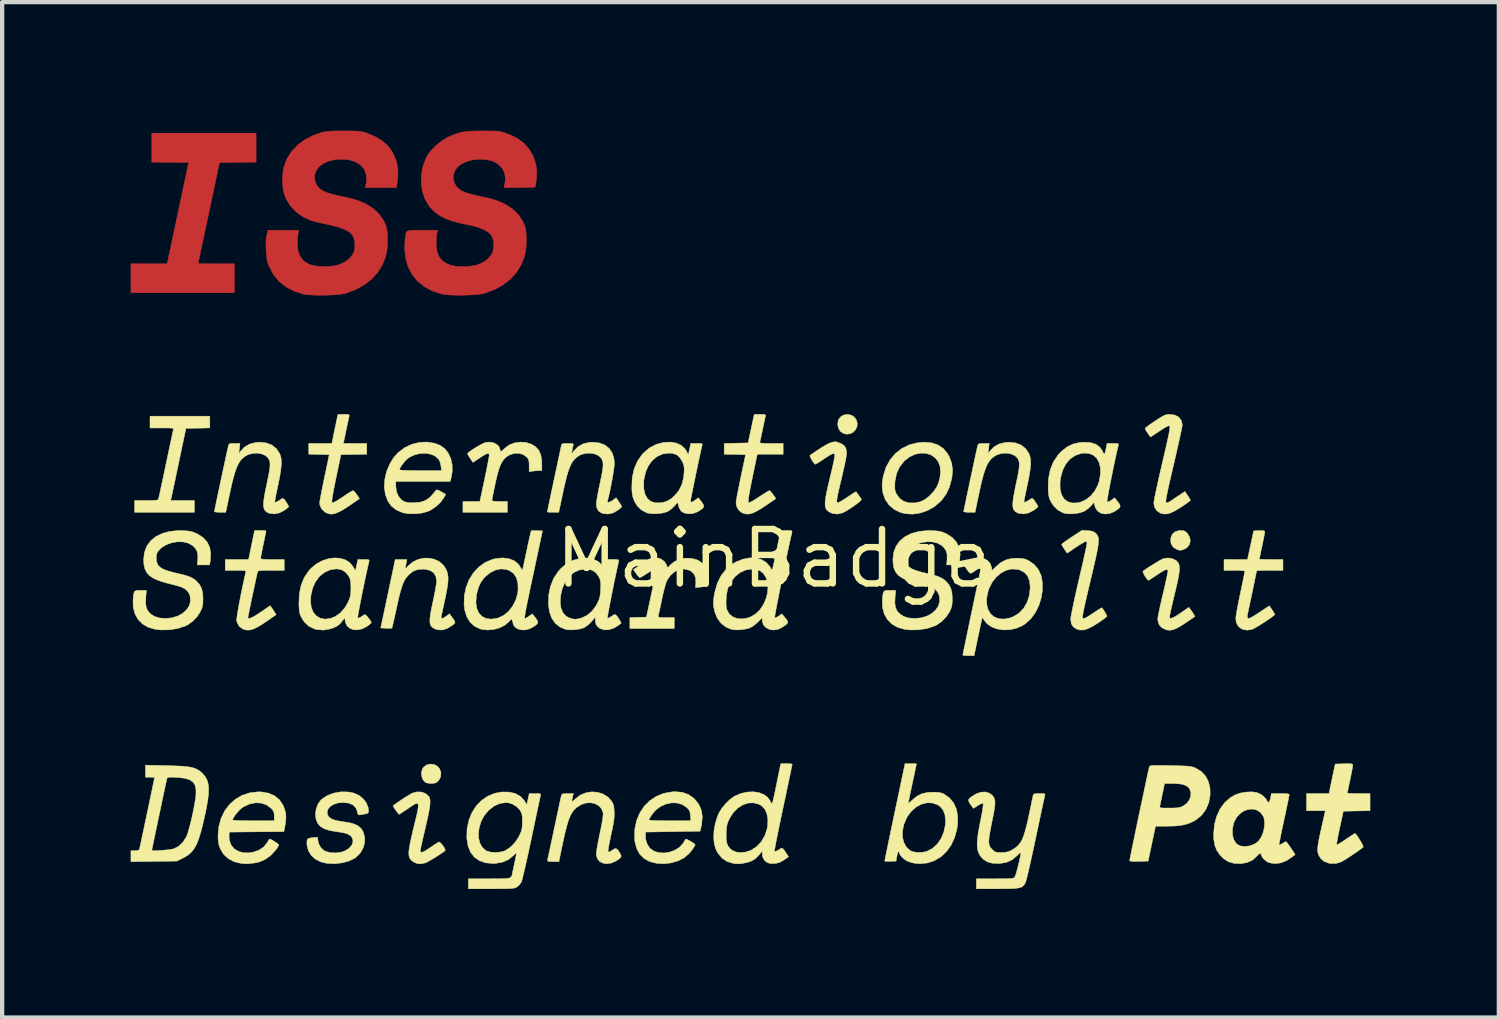
<source format=kicad_pcb>
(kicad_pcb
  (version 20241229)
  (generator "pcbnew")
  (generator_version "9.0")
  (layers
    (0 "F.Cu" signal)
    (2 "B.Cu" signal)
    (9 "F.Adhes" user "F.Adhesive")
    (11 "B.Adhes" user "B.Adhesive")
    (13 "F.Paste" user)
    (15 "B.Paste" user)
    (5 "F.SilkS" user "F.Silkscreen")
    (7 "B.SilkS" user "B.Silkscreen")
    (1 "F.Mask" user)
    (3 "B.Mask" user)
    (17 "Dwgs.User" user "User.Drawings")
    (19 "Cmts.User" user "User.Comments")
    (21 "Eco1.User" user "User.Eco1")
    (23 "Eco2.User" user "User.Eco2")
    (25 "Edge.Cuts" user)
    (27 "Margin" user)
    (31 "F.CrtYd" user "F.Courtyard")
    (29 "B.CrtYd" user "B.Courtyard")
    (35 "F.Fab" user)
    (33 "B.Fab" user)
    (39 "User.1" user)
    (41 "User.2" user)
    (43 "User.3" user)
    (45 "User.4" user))
  (footprint "MainBadge"
    (layer "F.Cu")
    (at 14.991 9.984)
    (property "Reference" "MainBadge" (at 0 0 0) (layer "F.SilkS") (effects (font (size 1.27 1.27) (thickness 0.15))))
    (attr through_hole)
    (fp_poly (pts (xy -12.065 -9.251) (xy -12.919 -9.239) (xy -13.168 -8.065) (xy -13.214 -7.848) (xy -13.258 -7.644) (xy -13.297 -7.457) (xy -13.333 -7.29) (xy -13.363 -7.147) (xy -13.388 -7.031) (xy -13.406 -6.946) (xy -13.416 -6.897) (xy -13.419 -6.884) (xy -13.399 -6.883) (xy -13.343 -6.881) (xy -13.258 -6.88) (xy -13.149 -6.88) (xy -13.023 -6.879) (xy -12.996 -6.879) (xy -12.573 -6.879) (xy -12.573 -6.202) (xy -14.986 -6.202) (xy -14.986 -6.879) (xy -14.142 -6.879) (xy -14.118 -6.99) (xy -14.109 -7.032) (xy -14.092 -7.112) (xy -14.068 -7.223) (xy -14.038 -7.363) (xy -14.003 -7.527) (xy -13.964 -7.71) (xy -13.922 -7.908) (xy -13.878 -8.117) (xy -13.867 -8.17) (xy -13.64 -9.239) (xy -14.07 -9.245) (xy -14.499 -9.251) (xy -14.499 -9.927) (xy -12.065 -9.927) (xy -12.065 -9.251)) (stroke (width 0.01) (type solid)) (fill yes) (layer "F.Cu"))
    (fp_poly (pts (xy -9.871 -9.978) (xy -9.765 -9.977) (xy -9.685 -9.973) (xy -9.622 -9.966) (xy -9.569 -9.955) (xy -9.517 -9.941) (xy -9.467 -9.923) (xy -9.27 -9.839) (xy -9.11 -9.739) (xy -8.982 -9.621) (xy -8.883 -9.481) (xy -8.858 -9.434) (xy -8.788 -9.259) (xy -8.755 -9.086) (xy -8.756 -8.902) (xy -8.764 -8.832) (xy -8.789 -8.657) (xy -9.155 -8.657) (xy -9.522 -8.657) (xy -9.5 -8.736) (xy -9.486 -8.848) (xy -9.501 -8.968) (xy -9.539 -9.076) (xy -9.556 -9.104) (xy -9.641 -9.195) (xy -9.758 -9.263) (xy -9.901 -9.305) (xy -10.066 -9.319) (xy -10.211 -9.311) (xy -10.362 -9.278) (xy -10.49 -9.223) (xy -10.591 -9.148) (xy -10.661 -9.057) (xy -10.699 -8.955) (xy -10.699 -8.846) (xy -10.673 -8.758) (xy -10.635 -8.689) (xy -10.584 -8.633) (xy -10.514 -8.585) (xy -10.421 -8.543) (xy -10.298 -8.505) (xy -10.14 -8.467) (xy -10.09 -8.456) (xy -9.933 -8.422) (xy -9.809 -8.391) (xy -9.706 -8.36) (xy -9.616 -8.326) (xy -9.528 -8.286) (xy -9.482 -8.263) (xy -9.317 -8.156) (xy -9.182 -8.024) (xy -9.082 -7.871) (xy -9.073 -7.853) (xy -9.042 -7.782) (xy -9.021 -7.718) (xy -9.009 -7.648) (xy -9.002 -7.557) (xy -8.999 -7.497) (xy -9 -7.313) (xy -9.017 -7.154) (xy -9.055 -7.008) (xy -9.116 -6.86) (xy -9.117 -6.858) (xy -9.223 -6.683) (xy -9.365 -6.525) (xy -9.537 -6.39) (xy -9.736 -6.279) (xy -9.956 -6.196) (xy -9.98 -6.189) (xy -10.067 -6.172) (xy -10.186 -6.159) (xy -10.325 -6.15) (xy -10.475 -6.146) (xy -10.625 -6.145) (xy -10.764 -6.15) (xy -10.883 -6.159) (xy -10.962 -6.171) (xy -11.178 -6.239) (xy -11.367 -6.339) (xy -11.528 -6.468) (xy -11.66 -6.625) (xy -11.758 -6.808) (xy -11.799 -6.921) (xy -11.812 -6.986) (xy -11.823 -7.078) (xy -11.831 -7.183) (xy -11.835 -7.292) (xy -11.835 -7.392) (xy -11.831 -7.472) (xy -11.824 -7.516) (xy -11.812 -7.559) (xy -11.802 -7.604) (xy -11.789 -7.662) (xy -11.068 -7.662) (xy -11.085 -7.583) (xy -11.093 -7.523) (xy -11.099 -7.437) (xy -11.101 -7.344) (xy -11.101 -7.334) (xy -11.086 -7.179) (xy -11.041 -7.054) (xy -10.965 -6.956) (xy -10.856 -6.882) (xy -10.759 -6.844) (xy -10.643 -6.821) (xy -10.503 -6.813) (xy -10.355 -6.818) (xy -10.214 -6.837) (xy -10.132 -6.858) (xy -10.004 -6.914) (xy -9.896 -6.993) (xy -9.815 -7.088) (xy -9.779 -7.164) (xy -9.761 -7.26) (xy -9.762 -7.367) (xy -9.781 -7.469) (xy -9.815 -7.548) (xy -9.818 -7.552) (xy -9.889 -7.62) (xy -10.001 -7.682) (xy -10.153 -7.737) (xy -10.347 -7.787) (xy -10.414 -7.801) (xy -10.53 -7.825) (xy -10.642 -7.851) (xy -10.738 -7.876) (xy -10.805 -7.897) (xy -10.81 -7.899) (xy -10.986 -7.984) (xy -11.142 -8.099) (xy -11.27 -8.238) (xy -11.366 -8.395) (xy -11.409 -8.503) (xy -11.438 -8.641) (xy -11.45 -8.8) (xy -11.446 -8.962) (xy -11.424 -9.11) (xy -11.419 -9.133) (xy -11.347 -9.326) (xy -11.239 -9.499) (xy -11.097 -9.65) (xy -10.923 -9.778) (xy -10.719 -9.881) (xy -10.541 -9.941) (xy -10.48 -9.956) (xy -10.413 -9.967) (xy -10.332 -9.974) (xy -10.228 -9.978) (xy -10.094 -9.979) (xy -10.012 -9.979) (xy -9.871 -9.978)) (stroke (width 0.01) (type solid)) (fill yes) (layer "F.Cu"))
    (fp_poly (pts (xy -6.633 -9.978) (xy -6.526 -9.977) (xy -6.446 -9.973) (xy -6.384 -9.966) (xy -6.33 -9.955) (xy -6.279 -9.941) (xy -6.229 -9.923) (xy -6.137 -9.887) (xy -6.045 -9.845) (xy -5.975 -9.809) (xy -5.82 -9.695) (xy -5.693 -9.552) (xy -5.598 -9.388) (xy -5.538 -9.207) (xy -5.514 -9.015) (xy -5.524 -8.853) (xy -5.535 -8.777) (xy -5.542 -8.716) (xy -5.545 -8.684) (xy -5.556 -8.674) (xy -5.59 -8.666) (xy -5.653 -8.661) (xy -5.748 -8.658) (xy -5.879 -8.657) (xy -5.914 -8.657) (xy -6.282 -8.657) (xy -6.261 -8.747) (xy -6.248 -8.887) (xy -6.273 -9.014) (xy -6.333 -9.123) (xy -6.426 -9.212) (xy -6.548 -9.275) (xy -6.697 -9.31) (xy -6.868 -9.318) (xy -7.025 -9.301) (xy -7.163 -9.262) (xy -7.28 -9.204) (xy -7.372 -9.128) (xy -7.434 -9.039) (xy -7.464 -8.939) (xy -7.458 -8.829) (xy -7.434 -8.758) (xy -7.396 -8.689) (xy -7.345 -8.633) (xy -7.276 -8.585) (xy -7.182 -8.543) (xy -7.06 -8.505) (xy -6.902 -8.467) (xy -6.851 -8.456) (xy -6.695 -8.422) (xy -6.57 -8.391) (xy -6.468 -8.36) (xy -6.378 -8.326) (xy -6.29 -8.286) (xy -6.243 -8.263) (xy -6.079 -8.156) (xy -5.944 -8.024) (xy -5.843 -7.871) (xy -5.834 -7.853) (xy -5.803 -7.782) (xy -5.783 -7.718) (xy -5.771 -7.648) (xy -5.763 -7.557) (xy -5.761 -7.497) (xy -5.761 -7.313) (xy -5.779 -7.154) (xy -5.817 -7.008) (xy -5.878 -6.86) (xy -5.879 -6.858) (xy -5.985 -6.683) (xy -6.126 -6.525) (xy -6.299 -6.39) (xy -6.497 -6.279) (xy -6.717 -6.196) (xy -6.742 -6.189) (xy -6.829 -6.172) (xy -6.947 -6.159) (xy -7.087 -6.15) (xy -7.237 -6.146) (xy -7.387 -6.145) (xy -7.526 -6.15) (xy -7.644 -6.159) (xy -7.724 -6.171) (xy -7.942 -6.24) (xy -8.131 -6.339) (xy -8.291 -6.466) (xy -8.419 -6.619) (xy -8.514 -6.797) (xy -8.574 -6.997) (xy -8.599 -7.218) (xy -8.592 -7.414) (xy -8.584 -7.502) (xy -8.576 -7.567) (xy -8.562 -7.612) (xy -8.536 -7.64) (xy -8.492 -7.655) (xy -8.424 -7.662) (xy -8.326 -7.663) (xy -8.192 -7.662) (xy -8.189 -7.662) (xy -7.83 -7.662) (xy -7.847 -7.583) (xy -7.855 -7.523) (xy -7.86 -7.437) (xy -7.863 -7.344) (xy -7.863 -7.334) (xy -7.847 -7.18) (xy -7.803 -7.054) (xy -7.726 -6.956) (xy -7.617 -6.882) (xy -7.52 -6.844) (xy -7.405 -6.821) (xy -7.266 -6.812) (xy -7.118 -6.818) (xy -6.977 -6.837) (xy -6.893 -6.858) (xy -6.765 -6.914) (xy -6.657 -6.993) (xy -6.577 -7.088) (xy -6.541 -7.164) (xy -6.523 -7.26) (xy -6.524 -7.367) (xy -6.542 -7.469) (xy -6.577 -7.548) (xy -6.58 -7.552) (xy -6.643 -7.613) (xy -6.742 -7.672) (xy -6.867 -7.723) (xy -7.01 -7.765) (xy -7.081 -7.78) (xy -7.307 -7.827) (xy -7.497 -7.879) (xy -7.654 -7.937) (xy -7.786 -8.006) (xy -7.896 -8.086) (xy -7.99 -8.181) (xy -8.044 -8.25) (xy -8.133 -8.409) (xy -8.19 -8.589) (xy -8.214 -8.781) (xy -8.206 -8.979) (xy -8.166 -9.174) (xy -8.093 -9.36) (xy -8.082 -9.381) (xy -7.998 -9.505) (xy -7.883 -9.627) (xy -7.749 -9.737) (xy -7.608 -9.823) (xy -7.594 -9.83) (xy -7.483 -9.88) (xy -7.384 -9.918) (xy -7.288 -9.945) (xy -7.185 -9.963) (xy -7.067 -9.974) (xy -6.923 -9.978) (xy -6.773 -9.979) (xy -6.633 -9.978)) (stroke (width 0.01) (type solid)) (fill yes) (layer "F.Cu"))
    (fp_poly (pts (xy -12.065 -9.251) (xy -12.919 -9.239) (xy -13.168 -8.065) (xy -13.214 -7.848) (xy -13.258 -7.644) (xy -13.297 -7.457) (xy -13.333 -7.29) (xy -13.363 -7.147) (xy -13.388 -7.031) (xy -13.406 -6.946) (xy -13.416 -6.897) (xy -13.419 -6.884) (xy -13.399 -6.883) (xy -13.343 -6.881) (xy -13.258 -6.88) (xy -13.149 -6.88) (xy -13.023 -6.879) (xy -12.996 -6.879) (xy -12.573 -6.879) (xy -12.573 -6.202) (xy -14.986 -6.202) (xy -14.986 -6.879) (xy -14.142 -6.879) (xy -14.118 -6.99) (xy -14.109 -7.032) (xy -14.092 -7.112) (xy -14.068 -7.223) (xy -14.038 -7.363) (xy -14.003 -7.527) (xy -13.964 -7.71) (xy -13.922 -7.908) (xy -13.878 -8.117) (xy -13.867 -8.17) (xy -13.64 -9.239) (xy -14.07 -9.245) (xy -14.499 -9.251) (xy -14.499 -9.927) (xy -12.065 -9.927) (xy -12.065 -9.251)) (stroke (width 0.01) (type solid)) (fill yes) (layer "F.Mask"))
    (fp_poly (pts (xy -9.871 -9.978) (xy -9.765 -9.977) (xy -9.685 -9.973) (xy -9.622 -9.966) (xy -9.569 -9.955) (xy -9.517 -9.941) (xy -9.467 -9.923) (xy -9.27 -9.839) (xy -9.11 -9.739) (xy -8.982 -9.621) (xy -8.883 -9.481) (xy -8.858 -9.434) (xy -8.788 -9.259) (xy -8.755 -9.086) (xy -8.756 -8.902) (xy -8.764 -8.832) (xy -8.789 -8.657) (xy -9.155 -8.657) (xy -9.522 -8.657) (xy -9.5 -8.736) (xy -9.486 -8.848) (xy -9.501 -8.968) (xy -9.539 -9.076) (xy -9.556 -9.104) (xy -9.641 -9.195) (xy -9.758 -9.263) (xy -9.901 -9.305) (xy -10.066 -9.319) (xy -10.211 -9.311) (xy -10.362 -9.278) (xy -10.49 -9.223) (xy -10.591 -9.148) (xy -10.661 -9.057) (xy -10.699 -8.955) (xy -10.699 -8.846) (xy -10.673 -8.758) (xy -10.635 -8.689) (xy -10.584 -8.633) (xy -10.514 -8.585) (xy -10.421 -8.543) (xy -10.298 -8.505) (xy -10.14 -8.467) (xy -10.09 -8.456) (xy -9.933 -8.422) (xy -9.809 -8.391) (xy -9.706 -8.36) (xy -9.616 -8.326) (xy -9.528 -8.286) (xy -9.482 -8.263) (xy -9.317 -8.156) (xy -9.182 -8.024) (xy -9.082 -7.871) (xy -9.073 -7.853) (xy -9.042 -7.782) (xy -9.021 -7.718) (xy -9.009 -7.648) (xy -9.002 -7.557) (xy -8.999 -7.497) (xy -9 -7.313) (xy -9.017 -7.154) (xy -9.055 -7.008) (xy -9.116 -6.86) (xy -9.117 -6.858) (xy -9.223 -6.683) (xy -9.365 -6.525) (xy -9.537 -6.39) (xy -9.736 -6.279) (xy -9.956 -6.196) (xy -9.98 -6.189) (xy -10.067 -6.172) (xy -10.186 -6.159) (xy -10.325 -6.15) (xy -10.475 -6.146) (xy -10.625 -6.145) (xy -10.764 -6.15) (xy -10.883 -6.159) (xy -10.962 -6.171) (xy -11.178 -6.239) (xy -11.367 -6.339) (xy -11.528 -6.468) (xy -11.66 -6.625) (xy -11.758 -6.808) (xy -11.799 -6.921) (xy -11.812 -6.986) (xy -11.823 -7.078) (xy -11.831 -7.183) (xy -11.835 -7.292) (xy -11.835 -7.392) (xy -11.831 -7.472) (xy -11.824 -7.516) (xy -11.812 -7.559) (xy -11.802 -7.604) (xy -11.789 -7.662) (xy -11.068 -7.662) (xy -11.085 -7.583) (xy -11.093 -7.523) (xy -11.099 -7.437) (xy -11.101 -7.344) (xy -11.101 -7.334) (xy -11.086 -7.179) (xy -11.041 -7.054) (xy -10.965 -6.956) (xy -10.856 -6.882) (xy -10.759 -6.844) (xy -10.643 -6.821) (xy -10.503 -6.813) (xy -10.355 -6.818) (xy -10.214 -6.837) (xy -10.132 -6.858) (xy -10.004 -6.914) (xy -9.896 -6.993) (xy -9.815 -7.088) (xy -9.779 -7.164) (xy -9.761 -7.26) (xy -9.762 -7.367) (xy -9.781 -7.469) (xy -9.815 -7.548) (xy -9.818 -7.552) (xy -9.889 -7.62) (xy -10.001 -7.682) (xy -10.153 -7.737) (xy -10.347 -7.787) (xy -10.414 -7.801) (xy -10.53 -7.825) (xy -10.642 -7.851) (xy -10.738 -7.876) (xy -10.805 -7.897) (xy -10.81 -7.899) (xy -10.986 -7.984) (xy -11.142 -8.099) (xy -11.27 -8.238) (xy -11.366 -8.395) (xy -11.409 -8.503) (xy -11.438 -8.641) (xy -11.45 -8.8) (xy -11.446 -8.962) (xy -11.424 -9.11) (xy -11.419 -9.133) (xy -11.347 -9.326) (xy -11.239 -9.499) (xy -11.097 -9.65) (xy -10.923 -9.778) (xy -10.719 -9.881) (xy -10.541 -9.941) (xy -10.48 -9.956) (xy -10.413 -9.967) (xy -10.332 -9.974) (xy -10.228 -9.978) (xy -10.094 -9.979) (xy -10.012 -9.979) (xy -9.871 -9.978)) (stroke (width 0.01) (type solid)) (fill yes) (layer "F.Mask"))
    (fp_poly (pts (xy -6.633 -9.978) (xy -6.526 -9.977) (xy -6.446 -9.973) (xy -6.384 -9.966) (xy -6.33 -9.955) (xy -6.279 -9.941) (xy -6.229 -9.923) (xy -6.137 -9.887) (xy -6.045 -9.845) (xy -5.975 -9.809) (xy -5.82 -9.695) (xy -5.693 -9.552) (xy -5.598 -9.388) (xy -5.538 -9.207) (xy -5.514 -9.015) (xy -5.524 -8.853) (xy -5.535 -8.777) (xy -5.542 -8.716) (xy -5.545 -8.684) (xy -5.556 -8.674) (xy -5.59 -8.666) (xy -5.653 -8.661) (xy -5.748 -8.658) (xy -5.879 -8.657) (xy -5.914 -8.657) (xy -6.282 -8.657) (xy -6.261 -8.747) (xy -6.248 -8.887) (xy -6.273 -9.014) (xy -6.333 -9.123) (xy -6.426 -9.212) (xy -6.548 -9.275) (xy -6.697 -9.31) (xy -6.868 -9.318) (xy -7.025 -9.301) (xy -7.163 -9.262) (xy -7.28 -9.204) (xy -7.372 -9.128) (xy -7.434 -9.039) (xy -7.464 -8.939) (xy -7.458 -8.829) (xy -7.434 -8.758) (xy -7.396 -8.689) (xy -7.345 -8.633) (xy -7.276 -8.585) (xy -7.182 -8.543) (xy -7.06 -8.505) (xy -6.902 -8.467) (xy -6.851 -8.456) (xy -6.695 -8.422) (xy -6.57 -8.391) (xy -6.468 -8.36) (xy -6.378 -8.326) (xy -6.29 -8.286) (xy -6.243 -8.263) (xy -6.079 -8.156) (xy -5.944 -8.024) (xy -5.843 -7.871) (xy -5.834 -7.853) (xy -5.803 -7.782) (xy -5.783 -7.718) (xy -5.771 -7.648) (xy -5.763 -7.557) (xy -5.761 -7.497) (xy -5.761 -7.313) (xy -5.779 -7.154) (xy -5.817 -7.008) (xy -5.878 -6.86) (xy -5.879 -6.858) (xy -5.985 -6.683) (xy -6.126 -6.525) (xy -6.299 -6.39) (xy -6.497 -6.279) (xy -6.717 -6.196) (xy -6.742 -6.189) (xy -6.829 -6.172) (xy -6.947 -6.159) (xy -7.087 -6.15) (xy -7.237 -6.146) (xy -7.387 -6.145) (xy -7.526 -6.15) (xy -7.644 -6.159) (xy -7.724 -6.171) (xy -7.942 -6.24) (xy -8.131 -6.339) (xy -8.291 -6.466) (xy -8.419 -6.619) (xy -8.514 -6.797) (xy -8.574 -6.997) (xy -8.599 -7.218) (xy -8.592 -7.414) (xy -8.584 -7.502) (xy -8.576 -7.567) (xy -8.562 -7.612) (xy -8.536 -7.64) (xy -8.492 -7.655) (xy -8.424 -7.662) (xy -8.326 -7.663) (xy -8.192 -7.662) (xy -8.189 -7.662) (xy -7.83 -7.662) (xy -7.847 -7.583) (xy -7.855 -7.523) (xy -7.86 -7.437) (xy -7.863 -7.344) (xy -7.863 -7.334) (xy -7.847 -7.18) (xy -7.803 -7.054) (xy -7.726 -6.956) (xy -7.617 -6.882) (xy -7.52 -6.844) (xy -7.405 -6.821) (xy -7.266 -6.812) (xy -7.118 -6.818) (xy -6.977 -6.837) (xy -6.893 -6.858) (xy -6.765 -6.914) (xy -6.657 -6.993) (xy -6.577 -7.088) (xy -6.541 -7.164) (xy -6.523 -7.26) (xy -6.524 -7.367) (xy -6.542 -7.469) (xy -6.577 -7.548) (xy -6.58 -7.552) (xy -6.643 -7.613) (xy -6.742 -7.672) (xy -6.867 -7.723) (xy -7.01 -7.765) (xy -7.081 -7.78) (xy -7.307 -7.827) (xy -7.497 -7.879) (xy -7.654 -7.937) (xy -7.786 -8.006) (xy -7.896 -8.086) (xy -7.99 -8.181) (xy -8.044 -8.25) (xy -8.133 -8.409) (xy -8.19 -8.589) (xy -8.214 -8.781) (xy -8.206 -8.979) (xy -8.166 -9.174) (xy -8.093 -9.36) (xy -8.082 -9.381) (xy -7.998 -9.505) (xy -7.883 -9.627) (xy -7.749 -9.737) (xy -7.608 -9.823) (xy -7.594 -9.83) (xy -7.483 -9.88) (xy -7.384 -9.918) (xy -7.288 -9.945) (xy -7.185 -9.963) (xy -7.067 -9.974) (xy -6.923 -9.978) (xy -6.773 -9.979) (xy -6.633 -9.978)) (stroke (width 0.01) (type solid)) (fill yes) (layer "F.Mask"))
    (fp_poly (pts (xy 1.837 -3.341) (xy 1.881 -3.311) (xy 1.94 -3.24) (xy 1.963 -3.161) (xy 1.956 -3.081) (xy 1.923 -3.008) (xy 1.868 -2.949) (xy 1.796 -2.912) (xy 1.711 -2.903) (xy 1.638 -2.921) (xy 1.568 -2.97) (xy 1.522 -3.045) (xy 1.505 -3.133) (xy 1.519 -3.225) (xy 1.533 -3.257) (xy 1.588 -3.32) (xy 1.664 -3.357) (xy 1.751 -3.364) (xy 1.837 -3.341)) (stroke (width 0.01) (type solid)) (fill yes) (layer "F.SilkS"))
    (fp_poly (pts (xy -7.911 4.805) (xy -7.834 4.845) (xy -7.788 4.897) (xy -7.752 4.991) (xy -7.757 5.085) (xy -7.801 5.172) (xy -7.852 5.222) (xy -7.901 5.241) (xy -7.972 5.248) (xy -8.047 5.243) (xy -8.108 5.226) (xy -8.12 5.218) (xy -8.173 5.158) (xy -8.202 5.076) (xy -8.206 4.987) (xy -8.184 4.905) (xy -8.158 4.867) (xy -8.086 4.814) (xy -7.999 4.794) (xy -7.911 4.805)) (stroke (width 0.01) (type solid)) (fill yes) (layer "F.SilkS"))
    (fp_poly (pts (xy 9.572 -0.652) (xy 9.618 -0.633) (xy 9.664 -0.59) (xy 9.671 -0.581) (xy 9.72 -0.498) (xy 9.733 -0.41) (xy 9.712 -0.327) (xy 9.659 -0.258) (xy 9.598 -0.221) (xy 9.533 -0.198) (xy 9.483 -0.195) (xy 9.427 -0.211) (xy 9.42 -0.214) (xy 9.338 -0.263) (xy 9.291 -0.334) (xy 9.28 -0.373) (xy 9.277 -0.478) (xy 9.309 -0.563) (xy 9.372 -0.623) (xy 9.462 -0.653) (xy 9.505 -0.656) (xy 9.572 -0.652)) (stroke (width 0.01) (type solid)) (fill yes) (layer "F.SilkS"))
    (fp_poly (pts (xy -13.145 -3.049) (xy -13.423 -3.043) (xy -13.702 -3.037) (xy -13.865 -2.265) (xy -13.902 -2.087) (xy -13.937 -1.92) (xy -13.969 -1.769) (xy -13.997 -1.638) (xy -14.019 -1.534) (xy -14.035 -1.461) (xy -14.043 -1.424) (xy -14.043 -1.423) (xy -14.058 -1.355) (xy -13.504 -1.355) (xy -13.504 -1.079) (xy -14.901 -1.079) (xy -14.901 -1.355) (xy -14.628 -1.355) (xy -14.514 -1.355) (xy -14.436 -1.358) (xy -14.387 -1.363) (xy -14.359 -1.371) (xy -14.346 -1.384) (xy -14.342 -1.392) (xy -14.336 -1.42) (xy -14.321 -1.486) (xy -14.3 -1.582) (xy -14.274 -1.706) (xy -14.242 -1.852) (xy -14.208 -2.014) (xy -14.171 -2.189) (xy -14.171 -2.191) (xy -14.134 -2.366) (xy -14.099 -2.53) (xy -14.068 -2.677) (xy -14.041 -2.803) (xy -14.02 -2.902) (xy -14.005 -2.969) (xy -13.998 -3) (xy -13.995 -3.02) (xy -13.999 -3.033) (xy -14.019 -3.041) (xy -14.06 -3.046) (xy -14.128 -3.048) (xy -14.23 -3.048) (xy -14.264 -3.048) (xy -14.541 -3.048) (xy -14.541 -3.323) (xy -13.145 -3.323) (xy -13.145 -3.049)) (stroke (width 0.01) (type solid)) (fill yes) (layer "F.SilkS"))
    (fp_poly (pts (xy -9.947 -3.365) (xy -9.907 -3.36) (xy -9.892 -3.347) (xy -9.894 -3.324) (xy -9.895 -3.318) (xy -9.903 -3.28) (xy -9.918 -3.21) (xy -9.938 -3.117) (xy -9.961 -3.01) (xy -9.967 -2.979) (xy -10.028 -2.688) (xy -9.483 -2.688) (xy -9.483 -2.435) (xy -10.086 -2.424) (xy -10.2 -1.878) (xy -10.238 -1.697) (xy -10.265 -1.555) (xy -10.284 -1.448) (xy -10.294 -1.373) (xy -10.297 -1.328) (xy -10.292 -1.309) (xy -10.27 -1.306) (xy -10.227 -1.323) (xy -10.159 -1.362) (xy -10.063 -1.425) (xy -10.046 -1.436) (xy -9.961 -1.494) (xy -9.887 -1.541) (xy -9.832 -1.574) (xy -9.804 -1.587) (xy -9.803 -1.587) (xy -9.78 -1.571) (xy -9.743 -1.53) (xy -9.717 -1.494) (xy -9.652 -1.4) (xy -9.853 -1.26) (xy -9.997 -1.164) (xy -10.116 -1.096) (xy -10.215 -1.054) (xy -10.298 -1.037) (xy -10.371 -1.044) (xy -10.439 -1.074) (xy -10.458 -1.085) (xy -10.537 -1.159) (xy -10.577 -1.248) (xy -10.582 -1.302) (xy -10.578 -1.339) (xy -10.566 -1.412) (xy -10.547 -1.513) (xy -10.523 -1.637) (xy -10.494 -1.776) (xy -10.47 -1.894) (xy -10.358 -2.424) (xy -10.597 -2.43) (xy -10.837 -2.436) (xy -10.837 -2.688) (xy -10.297 -2.688) (xy -10.249 -2.925) (xy -10.227 -3.032) (xy -10.205 -3.135) (xy -10.187 -3.221) (xy -10.178 -3.264) (xy -10.156 -3.365) (xy -10.02 -3.365) (xy -9.947 -3.365)) (stroke (width 0.01) (type solid)) (fill yes) (layer "F.SilkS"))
    (fp_poly (pts (xy 3.698 -2.701) (xy 3.846 -2.652) (xy 3.969 -2.57) (xy 4.067 -2.453) (xy 4.107 -2.383) (xy 4.164 -2.233) (xy 4.186 -2.079) (xy 4.174 -1.911) (xy 4.162 -1.845) (xy 4.112 -1.666) (xy 4.042 -1.515) (xy 3.945 -1.38) (xy 3.902 -1.332) (xy 3.762 -1.212) (xy 3.603 -1.122) (xy 3.431 -1.063) (xy 3.255 -1.037) (xy 3.082 -1.048) (xy 2.97 -1.076) (xy 2.825 -1.147) (xy 2.706 -1.248) (xy 2.617 -1.375) (xy 2.564 -1.522) (xy 2.562 -1.527) (xy 2.545 -1.639) (xy 2.544 -1.672) (xy 2.838 -1.672) (xy 2.842 -1.606) (xy 2.856 -1.553) (xy 2.876 -1.509) (xy 2.95 -1.406) (xy 3.049 -1.336) (xy 3.169 -1.3) (xy 3.307 -1.299) (xy 3.429 -1.325) (xy 3.534 -1.374) (xy 3.64 -1.454) (xy 3.737 -1.556) (xy 3.815 -1.669) (xy 3.852 -1.746) (xy 3.892 -1.888) (xy 3.905 -2.029) (xy 3.892 -2.158) (xy 3.853 -2.262) (xy 3.775 -2.358) (xy 3.675 -2.423) (xy 3.559 -2.457) (xy 3.434 -2.46) (xy 3.305 -2.431) (xy 3.179 -2.371) (xy 3.062 -2.28) (xy 3.057 -2.275) (xy 2.95 -2.138) (xy 2.878 -1.98) (xy 2.843 -1.8) (xy 2.841 -1.766) (xy 2.838 -1.672) (xy 2.544 -1.672) (xy 2.543 -1.745) (xy 2.558 -1.864) (xy 2.571 -1.931) (xy 2.633 -2.13) (xy 2.728 -2.304) (xy 2.852 -2.451) (xy 3.002 -2.569) (xy 3.175 -2.654) (xy 3.368 -2.703) (xy 3.524 -2.716) (xy 3.698 -2.701)) (stroke (width 0.01) (type solid)) (fill yes) (layer "F.SilkS"))
    (fp_poly (pts (xy 9.318 0.002) (xy 9.406 0.048) (xy 9.423 0.064) (xy 9.452 0.099) (xy 9.471 0.141) (xy 9.48 0.196) (xy 9.48 0.266) (xy 9.469 0.359) (xy 9.448 0.477) (xy 9.416 0.626) (xy 9.372 0.811) (xy 9.366 0.835) (xy 9.333 0.974) (xy 9.304 1.1) (xy 9.279 1.208) (xy 9.261 1.291) (xy 9.251 1.343) (xy 9.25 1.356) (xy 9.258 1.387) (xy 9.285 1.394) (xy 9.335 1.377) (xy 9.41 1.335) (xy 9.512 1.267) (xy 9.7 1.137) (xy 9.737 1.186) (xy 9.777 1.243) (xy 9.808 1.293) (xy 9.842 1.35) (xy 9.652 1.48) (xy 9.523 1.565) (xy 9.419 1.624) (xy 9.334 1.659) (xy 9.262 1.672) (xy 9.195 1.667) (xy 9.165 1.658) (xy 9.067 1.611) (xy 9.006 1.543) (xy 8.978 1.451) (xy 8.975 1.403) (xy 8.98 1.361) (xy 8.994 1.283) (xy 9.016 1.179) (xy 9.043 1.053) (xy 9.075 0.914) (xy 9.099 0.815) (xy 9.132 0.674) (xy 9.161 0.545) (xy 9.185 0.436) (xy 9.202 0.351) (xy 9.211 0.297) (xy 9.212 0.28) (xy 9.197 0.26) (xy 9.167 0.258) (xy 9.119 0.278) (xy 9.048 0.32) (xy 8.955 0.381) (xy 8.878 0.433) (xy 8.814 0.475) (xy 8.771 0.501) (xy 8.757 0.508) (xy 8.735 0.492) (xy 8.704 0.451) (xy 8.67 0.399) (xy 8.642 0.348) (xy 8.627 0.309) (xy 8.628 0.297) (xy 8.673 0.263) (xy 8.742 0.215) (xy 8.826 0.161) (xy 8.915 0.107) (xy 8.998 0.057) (xy 9.066 0.02) (xy 9.107 0.001) (xy 9.214 -0.015) (xy 9.318 0.002)) (stroke (width 0.01) (type solid)) (fill yes) (layer "F.SilkS"))
    (fp_poly (pts (xy -0.23 -3.364) (xy -0.19 -3.359) (xy -0.176 -3.347) (xy -0.177 -3.328) (xy -0.186 -3.294) (xy -0.2 -3.228) (xy -0.22 -3.139) (xy -0.241 -3.036) (xy -0.243 -3.027) (xy -0.265 -2.923) (xy -0.284 -2.833) (xy -0.299 -2.764) (xy -0.309 -2.727) (xy -0.309 -2.725) (xy -0.31 -2.71) (xy -0.3 -2.7) (xy -0.27 -2.693) (xy -0.216 -2.69) (xy -0.13 -2.688) (xy -0.044 -2.688) (xy 0.233 -2.688) (xy 0.233 -2.434) (xy -0.371 -2.434) (xy -0.486 -1.883) (xy -0.523 -1.699) (xy -0.551 -1.554) (xy -0.57 -1.444) (xy -0.58 -1.369) (xy -0.582 -1.324) (xy -0.578 -1.31) (xy -0.555 -1.308) (xy -0.508 -1.327) (xy -0.435 -1.37) (xy -0.332 -1.437) (xy -0.331 -1.437) (xy -0.245 -1.494) (xy -0.171 -1.541) (xy -0.116 -1.574) (xy -0.088 -1.587) (xy -0.086 -1.587) (xy -0.064 -1.571) (xy -0.028 -1.53) (xy -0.001 -1.494) (xy 0.064 -1.4) (xy -0.143 -1.258) (xy -0.282 -1.166) (xy -0.395 -1.1) (xy -0.489 -1.058) (xy -0.568 -1.039) (xy -0.639 -1.041) (xy -0.708 -1.061) (xy -0.735 -1.074) (xy -0.802 -1.128) (xy -0.849 -1.209) (xy -0.867 -1.3) (xy -0.867 -1.305) (xy -0.863 -1.342) (xy -0.851 -1.414) (xy -0.832 -1.514) (xy -0.808 -1.637) (xy -0.78 -1.776) (xy -0.756 -1.894) (xy -0.644 -2.424) (xy -0.894 -2.43) (xy -1.143 -2.435) (xy -1.143 -2.687) (xy -0.864 -2.693) (xy -0.585 -2.699) (xy -0.546 -2.879) (xy -0.523 -2.987) (xy -0.498 -3.104) (xy -0.476 -3.205) (xy -0.475 -3.212) (xy -0.442 -3.365) (xy -0.304 -3.365) (xy -0.23 -3.364)) (stroke (width 0.01) (type solid)) (fill yes) (layer "F.SilkS"))
    (fp_poly (pts (xy 13.475 4.787) (xy 13.508 4.793) (xy 13.523 4.805) (xy 13.525 4.822) (xy 13.521 4.856) (xy 13.51 4.923) (xy 13.492 5.014) (xy 13.47 5.121) (xy 13.462 5.161) (xy 13.439 5.268) (xy 13.42 5.36) (xy 13.406 5.429) (xy 13.399 5.467) (xy 13.399 5.471) (xy 13.418 5.476) (xy 13.472 5.479) (xy 13.553 5.481) (xy 13.652 5.482) (xy 13.663 5.482) (xy 13.928 5.482) (xy 13.928 5.883) (xy 13.616 5.889) (xy 13.304 5.895) (xy 13.221 6.281) (xy 13.195 6.403) (xy 13.174 6.511) (xy 13.158 6.597) (xy 13.149 6.655) (xy 13.148 6.678) (xy 13.148 6.678) (xy 13.169 6.672) (xy 13.217 6.645) (xy 13.286 6.602) (xy 13.362 6.552) (xy 13.443 6.497) (xy 13.51 6.453) (xy 13.558 6.423) (xy 13.576 6.413) (xy 13.597 6.43) (xy 13.63 6.474) (xy 13.67 6.534) (xy 13.71 6.601) (xy 13.744 6.662) (xy 13.766 6.709) (xy 13.769 6.73) (xy 13.747 6.751) (xy 13.696 6.789) (xy 13.626 6.839) (xy 13.544 6.895) (xy 13.459 6.952) (xy 13.378 7.004) (xy 13.309 7.047) (xy 13.261 7.074) (xy 13.261 7.074) (xy 13.14 7.113) (xy 13.011 7.116) (xy 12.97 7.109) (xy 12.861 7.07) (xy 12.782 7.004) (xy 12.741 6.94) (xy 12.721 6.896) (xy 12.709 6.85) (xy 12.704 6.796) (xy 12.708 6.728) (xy 12.72 6.641) (xy 12.741 6.527) (xy 12.772 6.382) (xy 12.792 6.292) (xy 12.884 5.884) (xy 12.446 5.884) (xy 12.446 5.482) (xy 12.97 5.482) (xy 13.017 5.255) (xy 13.04 5.147) (xy 13.062 5.041) (xy 13.081 4.951) (xy 13.09 4.911) (xy 13.116 4.794) (xy 13.321 4.788) (xy 13.415 4.786) (xy 13.475 4.787)) (stroke (width 0.01) (type solid)) (fill yes) (layer "F.SilkS"))
    (fp_poly (pts (xy -11.897 -0.655) (xy -11.849 -0.651) (xy -11.832 -0.645) (xy -11.836 -0.622) (xy -11.848 -0.565) (xy -11.865 -0.482) (xy -11.886 -0.38) (xy -11.896 -0.335) (xy -11.918 -0.226) (xy -11.937 -0.131) (xy -11.951 -0.057) (xy -11.959 -0.014) (xy -11.959 -0.007) (xy -11.95 0.005) (xy -11.92 0.013) (xy -11.862 0.018) (xy -11.772 0.021) (xy -11.684 0.021) (xy -11.409 0.021) (xy -11.409 0.275) (xy -11.714 0.275) (xy -11.835 0.276) (xy -11.92 0.278) (xy -11.975 0.282) (xy -12.008 0.289) (xy -12.025 0.3) (xy -12.031 0.312) (xy -12.039 0.344) (xy -12.054 0.41) (xy -12.074 0.501) (xy -12.098 0.613) (xy -12.124 0.737) (xy -12.152 0.866) (xy -12.179 0.995) (xy -12.204 1.115) (xy -12.225 1.22) (xy -12.242 1.304) (xy -12.253 1.359) (xy -12.255 1.377) (xy -12.24 1.397) (xy -12.194 1.389) (xy -12.118 1.352) (xy -12.012 1.286) (xy -11.955 1.248) (xy -11.738 1.099) (xy -11.703 1.146) (xy -11.665 1.2) (xy -11.633 1.251) (xy -11.599 1.31) (xy -11.798 1.449) (xy -11.936 1.541) (xy -12.048 1.607) (xy -12.141 1.649) (xy -12.22 1.668) (xy -12.292 1.667) (xy -12.362 1.647) (xy -12.376 1.641) (xy -12.455 1.585) (xy -12.505 1.497) (xy -12.519 1.449) (xy -12.518 1.412) (xy -12.509 1.34) (xy -12.493 1.238) (xy -12.471 1.112) (xy -12.444 0.969) (xy -12.414 0.814) (xy -12.38 0.652) (xy -12.346 0.49) (xy -12.311 0.334) (xy -12.308 0.323) (xy -12.305 0.302) (xy -12.31 0.289) (xy -12.332 0.281) (xy -12.377 0.277) (xy -12.451 0.275) (xy -12.541 0.275) (xy -12.785 0.275) (xy -12.785 0.021) (xy -12.241 0.021) (xy -12.171 -0.318) (xy -12.101 -0.656) (xy -11.966 -0.656) (xy -11.897 -0.655)) (stroke (width 0.01) (type solid)) (fill yes) (layer "F.SilkS"))
    (fp_poly (pts (xy -7.903 -2.692) (xy -7.774 -2.644) (xy -7.667 -2.569) (xy -7.583 -2.465) (xy -7.523 -2.336) (xy -7.491 -2.19) (xy -7.488 -2.034) (xy -7.513 -1.887) (xy -7.537 -1.799) (xy -8.805 -1.799) (xy -8.805 -1.687) (xy -8.79 -1.567) (xy -8.746 -1.46) (xy -8.679 -1.376) (xy -8.636 -1.345) (xy -8.583 -1.321) (xy -8.518 -1.307) (xy -8.429 -1.302) (xy -8.392 -1.302) (xy -8.238 -1.315) (xy -8.111 -1.357) (xy -8.006 -1.431) (xy -7.941 -1.504) (xy -7.898 -1.557) (xy -7.865 -1.594) (xy -7.851 -1.605) (xy -7.824 -1.599) (xy -7.775 -1.576) (xy -7.737 -1.555) (xy -7.641 -1.499) (xy -7.689 -1.413) (xy -7.763 -1.312) (xy -7.866 -1.216) (xy -7.981 -1.137) (xy -8.06 -1.099) (xy -8.192 -1.063) (xy -8.341 -1.045) (xy -8.49 -1.046) (xy -8.622 -1.065) (xy -8.659 -1.076) (xy -8.8 -1.139) (xy -8.909 -1.225) (xy -8.989 -1.339) (xy -9.046 -1.486) (xy -9.051 -1.507) (xy -9.074 -1.672) (xy -9.062 -1.849) (xy -9.021 -2.028) (xy -9.001 -2.076) (xy -8.721 -2.076) (xy -8.702 -2.068) (xy -8.645 -2.061) (xy -8.549 -2.057) (xy -8.412 -2.054) (xy -8.235 -2.053) (xy -8.231 -2.053) (xy -7.742 -2.053) (xy -7.751 -2.156) (xy -7.766 -2.23) (xy -7.791 -2.296) (xy -7.802 -2.314) (xy -7.879 -2.386) (xy -7.982 -2.434) (xy -8.102 -2.456) (xy -8.23 -2.453) (xy -8.358 -2.424) (xy -8.478 -2.369) (xy -8.523 -2.338) (xy -8.571 -2.294) (xy -8.623 -2.235) (xy -8.671 -2.171) (xy -8.706 -2.115) (xy -8.721 -2.077) (xy -8.721 -2.076) (xy -9.001 -2.076) (xy -8.951 -2.199) (xy -8.858 -2.354) (xy -8.749 -2.476) (xy -8.598 -2.588) (xy -8.432 -2.667) (xy -8.255 -2.711) (xy -8.077 -2.72) (xy -7.903 -2.692)) (stroke (width 0.01) (type solid)) (fill yes) (layer "F.SilkS"))
    (fp_poly (pts (xy -6.529 -2.703) (xy -6.451 -2.666) (xy -6.396 -2.612) (xy -6.372 -2.546) (xy -6.371 -2.537) (xy -6.365 -2.505) (xy -6.344 -2.504) (xy -6.304 -2.534) (xy -6.266 -2.571) (xy -6.162 -2.65) (xy -6.037 -2.699) (xy -5.901 -2.719) (xy -5.764 -2.709) (xy -5.637 -2.668) (xy -5.542 -2.608) (xy -5.469 -2.527) (xy -5.423 -2.424) (xy -5.401 -2.295) (xy -5.398 -2.217) (xy -5.397 -2.053) (xy -5.466 -2.053) (xy -5.537 -2.049) (xy -5.612 -2.04) (xy -5.614 -2.04) (xy -5.694 -2.026) (xy -5.694 -2.166) (xy -5.696 -2.246) (xy -5.705 -2.299) (xy -5.726 -2.339) (xy -5.752 -2.37) (xy -5.833 -2.428) (xy -5.933 -2.457) (xy -6.041 -2.454) (xy -6.147 -2.421) (xy -6.225 -2.373) (xy -6.28 -2.319) (xy -6.327 -2.255) (xy -6.368 -2.173) (xy -6.406 -2.067) (xy -6.443 -1.932) (xy -6.482 -1.762) (xy -6.485 -1.745) (xy -6.51 -1.626) (xy -6.532 -1.521) (xy -6.548 -1.436) (xy -6.559 -1.379) (xy -6.562 -1.359) (xy -6.546 -1.345) (xy -6.496 -1.337) (xy -6.408 -1.334) (xy -6.382 -1.333) (xy -6.202 -1.333) (xy -6.202 -1.079) (xy -7.239 -1.079) (xy -7.239 -1.333) (xy -6.844 -1.333) (xy -6.734 -1.848) (xy -6.704 -1.992) (xy -6.677 -2.124) (xy -6.655 -2.239) (xy -6.638 -2.329) (xy -6.628 -2.388) (xy -6.625 -2.409) (xy -6.632 -2.442) (xy -6.656 -2.452) (xy -6.701 -2.438) (xy -6.771 -2.399) (xy -6.847 -2.35) (xy -7.004 -2.244) (xy -7.069 -2.337) (xy -7.105 -2.393) (xy -7.128 -2.435) (xy -7.133 -2.449) (xy -7.115 -2.47) (xy -7.069 -2.507) (xy -7.003 -2.551) (xy -6.927 -2.599) (xy -6.849 -2.644) (xy -6.778 -2.682) (xy -6.723 -2.705) (xy -6.712 -2.709) (xy -6.619 -2.719) (xy -6.529 -2.703)) (stroke (width 0.01) (type solid)) (fill yes) (layer "F.SilkS"))
    (fp_poly (pts (xy 1.488 -2.72) (xy 1.593 -2.681) (xy 1.663 -2.631) (xy 1.701 -2.563) (xy 1.714 -2.471) (xy 1.714 -2.455) (xy 1.71 -2.41) (xy 1.696 -2.331) (xy 1.675 -2.225) (xy 1.648 -2.099) (xy 1.616 -1.96) (xy 1.598 -1.882) (xy 1.558 -1.715) (xy 1.528 -1.585) (xy 1.506 -1.486) (xy 1.493 -1.414) (xy 1.486 -1.365) (xy 1.485 -1.333) (xy 1.49 -1.314) (xy 1.5 -1.303) (xy 1.502 -1.303) (xy 1.526 -1.309) (xy 1.577 -1.335) (xy 1.648 -1.378) (xy 1.726 -1.429) (xy 1.807 -1.483) (xy 1.873 -1.526) (xy 1.918 -1.554) (xy 1.935 -1.562) (xy 1.948 -1.543) (xy 1.978 -1.501) (xy 1.992 -1.482) (xy 2.029 -1.43) (xy 2.056 -1.39) (xy 2.061 -1.382) (xy 2.05 -1.361) (xy 2.011 -1.324) (xy 1.95 -1.276) (xy 1.876 -1.222) (xy 1.796 -1.168) (xy 1.718 -1.119) (xy 1.649 -1.081) (xy 1.618 -1.067) (xy 1.501 -1.039) (xy 1.386 -1.053) (xy 1.334 -1.074) (xy 1.285 -1.103) (xy 1.249 -1.137) (xy 1.225 -1.181) (xy 1.213 -1.239) (xy 1.212 -1.316) (xy 1.224 -1.417) (xy 1.248 -1.545) (xy 1.283 -1.706) (xy 1.323 -1.872) (xy 1.356 -2.012) (xy 1.386 -2.139) (xy 1.41 -2.249) (xy 1.428 -2.335) (xy 1.438 -2.389) (xy 1.439 -2.404) (xy 1.433 -2.438) (xy 1.413 -2.452) (xy 1.374 -2.442) (xy 1.312 -2.409) (xy 1.222 -2.351) (xy 1.189 -2.328) (xy 1.111 -2.276) (xy 1.045 -2.234) (xy 1 -2.208) (xy 0.984 -2.201) (xy 0.96 -2.218) (xy 0.929 -2.258) (xy 0.896 -2.31) (xy 0.87 -2.36) (xy 0.857 -2.398) (xy 0.86 -2.41) (xy 1.017 -2.518) (xy 1.146 -2.601) (xy 1.25 -2.662) (xy 1.334 -2.701) (xy 1.402 -2.721) (xy 1.458 -2.725) (xy 1.488 -2.72)) (stroke (width 0.01) (type solid)) (fill yes) (layer "F.SilkS"))
    (fp_poly (pts (xy -2.117 5.455) (xy -1.98 5.504) (xy -1.858 5.588) (xy -1.828 5.617) (xy -1.732 5.739) (xy -1.674 5.876) (xy -1.653 6.031) (xy -1.669 6.205) (xy -1.68 6.255) (xy -1.704 6.361) (xy -2.974 6.382) (xy -2.98 6.449) (xy -2.974 6.559) (xy -2.937 6.668) (xy -2.877 6.758) (xy -2.871 6.764) (xy -2.779 6.827) (xy -2.667 6.862) (xy -2.544 6.869) (xy -2.417 6.85) (xy -2.296 6.806) (xy -2.19 6.74) (xy -2.108 6.652) (xy -2.095 6.633) (xy -2.064 6.582) (xy -2.044 6.549) (xy -2.04 6.544) (xy -2.02 6.548) (xy -1.977 6.569) (xy -1.923 6.599) (xy -1.871 6.632) (xy -1.833 6.66) (xy -1.82 6.675) (xy -1.833 6.706) (xy -1.866 6.759) (xy -1.911 6.821) (xy -1.962 6.882) (xy -1.967 6.887) (xy -2.08 6.983) (xy -2.223 7.056) (xy -2.386 7.102) (xy -2.561 7.12) (xy -2.72 7.111) (xy -2.879 7.071) (xy -3.01 7) (xy -3.112 6.899) (xy -3.184 6.768) (xy -3.226 6.609) (xy -3.234 6.522) (xy -3.228 6.309) (xy -3.186 6.112) (xy -3.181 6.1) (xy -2.9 6.1) (xy -2.88 6.105) (xy -2.823 6.109) (xy -2.736 6.113) (xy -2.624 6.115) (xy -2.493 6.117) (xy -2.41 6.117) (xy -1.921 6.117) (xy -1.931 5.997) (xy -1.941 5.922) (xy -1.96 5.871) (xy -1.997 5.827) (xy -2.016 5.808) (xy -2.121 5.739) (xy -2.242 5.703) (xy -2.372 5.7) (xy -2.504 5.728) (xy -2.629 5.784) (xy -2.742 5.869) (xy -2.834 5.979) (xy -2.837 5.985) (xy -2.872 6.042) (xy -2.895 6.085) (xy -2.9 6.1) (xy -3.181 6.1) (xy -3.112 5.934) (xy -3.008 5.778) (xy -2.877 5.648) (xy -2.723 5.546) (xy -2.549 5.477) (xy -2.356 5.443) (xy -2.278 5.44) (xy -2.117 5.455)) (stroke (width 0.01) (type solid)) (fill yes) (layer "F.SilkS"))
    (fp_poly (pts (xy -8.2 5.448) (xy -8.106 5.484) (xy -8.036 5.548) (xy -8.034 5.55) (xy -8.015 5.587) (xy -8.006 5.637) (xy -8.005 5.704) (xy -8.014 5.792) (xy -8.033 5.906) (xy -8.062 6.05) (xy -8.103 6.229) (xy -8.117 6.29) (xy -8.15 6.43) (xy -8.18 6.557) (xy -8.204 6.666) (xy -8.222 6.751) (xy -8.232 6.804) (xy -8.234 6.818) (xy -8.225 6.848) (xy -8.197 6.854) (xy -8.147 6.835) (xy -8.07 6.79) (xy -7.998 6.741) (xy -7.923 6.689) (xy -7.858 6.646) (xy -7.814 6.619) (xy -7.801 6.612) (xy -7.775 6.622) (xy -7.739 6.657) (xy -7.701 6.705) (xy -7.669 6.756) (xy -7.652 6.797) (xy -7.655 6.815) (xy -7.698 6.849) (xy -7.765 6.894) (xy -7.845 6.947) (xy -7.93 6.999) (xy -8.01 7.046) (xy -8.075 7.082) (xy -8.117 7.101) (xy -8.12 7.102) (xy -8.191 7.117) (xy -8.236 7.123) (xy -8.275 7.12) (xy -8.316 7.112) (xy -8.382 7.084) (xy -8.441 7.042) (xy -8.47 7.007) (xy -8.49 6.967) (xy -8.5 6.917) (xy -8.502 6.851) (xy -8.493 6.766) (xy -8.474 6.656) (xy -8.444 6.517) (xy -8.404 6.343) (xy -8.385 6.265) (xy -8.342 6.088) (xy -8.309 5.948) (xy -8.288 5.844) (xy -8.28 5.772) (xy -8.285 5.729) (xy -8.304 5.712) (xy -8.339 5.718) (xy -8.389 5.745) (xy -8.457 5.789) (xy -8.516 5.83) (xy -8.597 5.884) (xy -8.665 5.929) (xy -8.711 5.959) (xy -8.73 5.969) (xy -8.746 5.953) (xy -8.776 5.914) (xy -8.812 5.864) (xy -8.844 5.816) (xy -8.865 5.781) (xy -8.869 5.772) (xy -8.852 5.755) (xy -8.808 5.721) (xy -8.743 5.676) (xy -8.668 5.625) (xy -8.589 5.573) (xy -8.514 5.527) (xy -8.453 5.49) (xy -8.415 5.471) (xy -8.306 5.443) (xy -8.2 5.448)) (stroke (width 0.01) (type solid)) (fill yes) (layer "F.SilkS"))
    (fp_poly (pts (xy 9.369 -3.35) (xy 9.459 -3.305) (xy 9.518 -3.233) (xy 9.545 -3.138) (xy 9.546 -3.113) (xy 9.541 -3.079) (xy 9.528 -3.008) (xy 9.506 -2.906) (xy 9.478 -2.776) (xy 9.444 -2.625) (xy 9.406 -2.455) (xy 9.364 -2.273) (xy 9.344 -2.188) (xy 9.292 -1.966) (xy 9.25 -1.782) (xy 9.216 -1.633) (xy 9.192 -1.516) (xy 9.175 -1.429) (xy 9.166 -1.368) (xy 9.163 -1.33) (xy 9.166 -1.312) (xy 9.168 -1.311) (xy 9.18 -1.303) (xy 9.193 -1.301) (xy 9.212 -1.307) (xy 9.244 -1.325) (xy 9.295 -1.357) (xy 9.372 -1.408) (xy 9.424 -1.443) (xy 9.608 -1.566) (xy 9.672 -1.472) (xy 9.708 -1.417) (xy 9.731 -1.375) (xy 9.736 -1.361) (xy 9.719 -1.344) (xy 9.674 -1.308) (xy 9.606 -1.26) (xy 9.523 -1.204) (xy 9.514 -1.198) (xy 9.384 -1.119) (xy 9.278 -1.067) (xy 9.189 -1.042) (xy 9.11 -1.041) (xy 9.034 -1.063) (xy 9.024 -1.067) (xy 8.944 -1.124) (xy 8.896 -1.209) (xy 8.882 -1.298) (xy 8.887 -1.337) (xy 8.9 -1.413) (xy 8.921 -1.52) (xy 8.95 -1.654) (xy 8.984 -1.809) (xy 9.022 -1.98) (xy 9.065 -2.163) (xy 9.08 -2.228) (xy 9.132 -2.451) (xy 9.174 -2.635) (xy 9.207 -2.784) (xy 9.232 -2.9) (xy 9.248 -2.986) (xy 9.256 -3.046) (xy 9.258 -3.081) (xy 9.254 -3.094) (xy 9.234 -3.099) (xy 9.196 -3.086) (xy 9.135 -3.053) (xy 9.046 -2.996) (xy 9.018 -2.978) (xy 8.806 -2.836) (xy 8.742 -2.924) (xy 8.705 -2.979) (xy 8.683 -3.021) (xy 8.679 -3.035) (xy 8.695 -3.055) (xy 8.742 -3.092) (xy 8.81 -3.142) (xy 8.895 -3.199) (xy 8.914 -3.212) (xy 9.013 -3.276) (xy 9.085 -3.319) (xy 9.14 -3.346) (xy 9.184 -3.36) (xy 9.228 -3.365) (xy 9.253 -3.365) (xy 9.369 -3.35)) (stroke (width 0.01) (type solid)) (fill yes) (layer "F.SilkS"))
    (fp_poly (pts (xy -7.907 0.015) (xy -7.791 0.07) (xy -7.696 0.153) (xy -7.639 0.236) (xy -7.61 0.303) (xy -7.592 0.373) (xy -7.584 0.452) (xy -7.588 0.548) (xy -7.603 0.665) (xy -7.629 0.812) (xy -7.66 0.96) (xy -7.687 1.085) (xy -7.711 1.196) (xy -7.73 1.286) (xy -7.742 1.349) (xy -7.747 1.378) (xy -7.747 1.378) (xy -7.733 1.396) (xy -7.693 1.385) (xy -7.633 1.347) (xy -7.626 1.342) (xy -7.553 1.286) (xy -7.518 1.335) (xy -7.464 1.409) (xy -7.433 1.458) (xy -7.424 1.49) (xy -7.435 1.515) (xy -7.464 1.54) (xy -7.482 1.554) (xy -7.605 1.631) (xy -7.719 1.666) (xy -7.829 1.662) (xy -7.885 1.643) (xy -7.937 1.616) (xy -7.975 1.584) (xy -7.999 1.54) (xy -8.011 1.481) (xy -8.009 1.401) (xy -7.996 1.295) (xy -7.971 1.158) (xy -7.939 1.007) (xy -7.912 0.877) (xy -7.888 0.756) (xy -7.87 0.652) (xy -7.857 0.573) (xy -7.853 0.527) (xy -7.87 0.418) (xy -7.919 0.334) (xy -8.001 0.278) (xy -8.113 0.25) (xy -8.179 0.246) (xy -8.3 0.258) (xy -8.399 0.296) (xy -8.492 0.368) (xy -8.508 0.383) (xy -8.554 0.435) (xy -8.594 0.494) (xy -8.63 0.566) (xy -8.664 0.656) (xy -8.698 0.771) (xy -8.735 0.915) (xy -8.775 1.094) (xy -8.784 1.137) (xy -8.814 1.273) (xy -8.841 1.395) (xy -8.864 1.496) (xy -8.882 1.571) (xy -8.893 1.614) (xy -8.896 1.622) (xy -8.921 1.626) (xy -8.975 1.627) (xy -9.032 1.626) (xy -9.158 1.619) (xy -8.988 0.82) (xy -8.819 0.021) (xy -8.547 0.021) (xy -8.561 0.101) (xy -8.573 0.165) (xy -8.585 0.218) (xy -8.587 0.222) (xy -8.583 0.234) (xy -8.556 0.213) (xy -8.522 0.176) (xy -8.418 0.085) (xy -8.297 0.023) (xy -8.167 -0.009) (xy -8.034 -0.011) (xy -7.907 0.015)) (stroke (width 0.01) (type solid)) (fill yes) (layer "F.SilkS"))
    (fp_poly (pts (xy -2.658 -0.006) (xy -2.61 0.014) (xy -2.536 0.071) (xy -2.502 0.125) (xy -2.479 0.175) (xy -2.464 0.206) (xy -2.462 0.209) (xy -2.447 0.2) (xy -2.415 0.167) (xy -2.403 0.152) (xy -2.31 0.073) (xy -2.192 0.019) (xy -2.06 -0.009) (xy -1.924 -0.009) (xy -1.794 0.022) (xy -1.746 0.043) (xy -1.65 0.109) (xy -1.577 0.201) (xy -1.544 0.26) (xy -1.524 0.313) (xy -1.516 0.375) (xy -1.513 0.463) (xy -1.513 0.467) (xy -1.515 0.546) (xy -1.518 0.607) (xy -1.523 0.639) (xy -1.524 0.641) (xy -1.549 0.647) (xy -1.604 0.655) (xy -1.674 0.663) (xy -1.814 0.675) (xy -1.804 0.575) (xy -1.808 0.457) (xy -1.844 0.365) (xy -1.913 0.297) (xy -1.959 0.272) (xy -2.073 0.243) (xy -2.187 0.254) (xy -2.294 0.302) (xy -2.391 0.385) (xy -2.472 0.5) (xy -2.48 0.516) (xy -2.499 0.564) (xy -2.523 0.645) (xy -2.551 0.749) (xy -2.579 0.867) (xy -2.594 0.939) (xy -2.619 1.057) (xy -2.642 1.164) (xy -2.661 1.25) (xy -2.674 1.309) (xy -2.678 1.328) (xy -2.681 1.351) (xy -2.674 1.365) (xy -2.648 1.372) (xy -2.595 1.375) (xy -2.509 1.376) (xy -2.498 1.376) (xy -2.307 1.376) (xy -2.307 1.63) (xy -3.344 1.63) (xy -3.344 1.377) (xy -2.957 1.365) (xy -2.844 0.836) (xy -2.813 0.691) (xy -2.786 0.559) (xy -2.762 0.447) (xy -2.745 0.358) (xy -2.734 0.301) (xy -2.731 0.28) (xy -2.745 0.256) (xy -2.789 0.262) (xy -2.862 0.296) (xy -2.947 0.349) (xy -3.016 0.394) (xy -3.072 0.427) (xy -3.106 0.444) (xy -3.11 0.445) (xy -3.132 0.428) (xy -3.169 0.387) (xy -3.196 0.35) (xy -3.26 0.256) (xy -3.1 0.147) (xy -2.977 0.068) (xy -2.879 0.016) (xy -2.798 -0.013) (xy -2.727 -0.02) (xy -2.658 -0.006)) (stroke (width 0.01) (type solid)) (fill yes) (layer "F.SilkS"))
    (fp_poly (pts (xy 7.34 -0.652) (xy 7.422 -0.643) (xy 7.476 -0.627) (xy 7.518 -0.598) (xy 7.529 -0.588) (xy 7.554 -0.56) (xy 7.573 -0.529) (xy 7.586 -0.492) (xy 7.592 -0.444) (xy 7.59 -0.382) (xy 7.582 -0.302) (xy 7.565 -0.2) (xy 7.539 -0.073) (xy 7.505 0.083) (xy 7.461 0.272) (xy 7.407 0.499) (xy 7.4 0.529) (xy 7.348 0.747) (xy 7.306 0.927) (xy 7.273 1.073) (xy 7.249 1.186) (xy 7.232 1.272) (xy 7.223 1.332) (xy 7.221 1.37) (xy 7.224 1.389) (xy 7.225 1.391) (xy 7.244 1.398) (xy 7.277 1.389) (xy 7.329 1.362) (xy 7.407 1.313) (xy 7.458 1.279) (xy 7.54 1.225) (xy 7.607 1.182) (xy 7.653 1.155) (xy 7.672 1.147) (xy 7.705 1.193) (xy 7.74 1.249) (xy 7.771 1.302) (xy 7.788 1.338) (xy 7.789 1.344) (xy 7.772 1.363) (xy 7.726 1.4) (xy 7.659 1.449) (xy 7.576 1.505) (xy 7.57 1.509) (xy 7.437 1.59) (xy 7.327 1.642) (xy 7.235 1.667) (xy 7.152 1.666) (xy 7.078 1.643) (xy 7.001 1.591) (xy 6.957 1.518) (xy 6.943 1.417) (xy 6.943 1.411) (xy 6.947 1.367) (xy 6.961 1.288) (xy 6.983 1.177) (xy 7.011 1.041) (xy 7.045 0.885) (xy 7.083 0.713) (xy 7.125 0.532) (xy 7.133 0.497) (xy 7.175 0.317) (xy 7.214 0.149) (xy 7.249 -0.003) (xy 7.278 -0.135) (xy 7.301 -0.24) (xy 7.316 -0.314) (xy 7.323 -0.353) (xy 7.324 -0.357) (xy 7.313 -0.393) (xy 7.297 -0.402) (xy 7.27 -0.391) (xy 7.216 -0.36) (xy 7.143 -0.316) (xy 7.065 -0.265) (xy 6.86 -0.127) (xy 6.795 -0.221) (xy 6.759 -0.276) (xy 6.736 -0.318) (xy 6.731 -0.332) (xy 6.748 -0.349) (xy 6.794 -0.385) (xy 6.863 -0.433) (xy 6.947 -0.49) (xy 6.969 -0.505) (xy 7.207 -0.66) (xy 7.34 -0.652)) (stroke (width 0.01) (type solid)) (fill yes) (layer "F.SilkS"))
    (fp_poly (pts (xy 9.018 4.826) (xy 9.143 4.828) (xy 9.268 4.83) (xy 9.425 4.833) (xy 9.545 4.837) (xy 9.637 4.841) (xy 9.705 4.847) (xy 9.757 4.855) (xy 9.799 4.865) (xy 9.838 4.879) (xy 9.859 4.889) (xy 9.989 4.967) (xy 10.09 5.075) (xy 10.158 5.207) (xy 10.194 5.362) (xy 10.196 5.518) (xy 10.164 5.698) (xy 10.096 5.856) (xy 9.996 5.991) (xy 9.864 6.098) (xy 9.793 6.138) (xy 9.694 6.181) (xy 9.595 6.211) (xy 9.484 6.23) (xy 9.352 6.241) (xy 9.188 6.244) (xy 9.178 6.244) (xy 8.922 6.244) (xy 8.836 6.652) (xy 8.75 7.059) (xy 8.534 7.065) (xy 8.432 7.067) (xy 8.366 7.064) (xy 8.331 7.057) (xy 8.319 7.045) (xy 8.319 7.043) (xy 8.323 7.018) (xy 8.335 6.956) (xy 8.354 6.863) (xy 8.378 6.742) (xy 8.408 6.599) (xy 8.441 6.438) (xy 8.477 6.264) (xy 8.515 6.083) (xy 8.554 5.897) (xy 8.576 5.794) (xy 9.02 5.794) (xy 9.026 5.808) (xy 9.049 5.816) (xy 9.095 5.82) (xy 9.171 5.821) (xy 9.244 5.821) (xy 9.353 5.82) (xy 9.43 5.815) (xy 9.487 5.805) (xy 9.535 5.789) (xy 9.569 5.772) (xy 9.653 5.711) (xy 9.712 5.631) (xy 9.745 5.541) (xy 9.747 5.452) (xy 9.717 5.372) (xy 9.701 5.35) (xy 9.644 5.303) (xy 9.569 5.272) (xy 9.467 5.255) (xy 9.331 5.249) (xy 9.133 5.249) (xy 9.084 5.487) (xy 9.063 5.587) (xy 9.045 5.676) (xy 9.031 5.742) (xy 9.024 5.773) (xy 9.02 5.794) (xy 8.576 5.794) (xy 8.593 5.714) (xy 8.631 5.536) (xy 8.666 5.369) (xy 8.698 5.218) (xy 8.726 5.087) (xy 8.749 4.982) (xy 8.766 4.906) (xy 8.775 4.865) (xy 8.777 4.861) (xy 8.783 4.848) (xy 8.795 4.838) (xy 8.82 4.832) (xy 8.862 4.828) (xy 8.926 4.826) (xy 9.018 4.826)) (stroke (width 0.01) (type solid)) (fill yes) (layer "F.SilkS"))
    (fp_poly (pts (xy -11.934 5.445) (xy -11.77 5.475) (xy -11.631 5.537) (xy -11.519 5.63) (xy -11.436 5.753) (xy -11.398 5.851) (xy -11.375 5.945) (xy -11.368 6.035) (xy -11.375 6.138) (xy -11.391 6.236) (xy -11.416 6.371) (xy -12.053 6.376) (xy -12.689 6.382) (xy -12.696 6.449) (xy -12.69 6.575) (xy -12.649 6.683) (xy -12.578 6.77) (xy -12.48 6.831) (xy -12.361 6.864) (xy -12.225 6.866) (xy -12.132 6.85) (xy -11.996 6.802) (xy -11.892 6.733) (xy -11.814 6.638) (xy -11.809 6.631) (xy -11.779 6.581) (xy -11.759 6.549) (xy -11.756 6.544) (xy -11.735 6.547) (xy -11.692 6.568) (xy -11.639 6.6) (xy -11.587 6.634) (xy -11.549 6.664) (xy -11.536 6.68) (xy -11.547 6.71) (xy -11.577 6.759) (xy -11.596 6.786) (xy -11.715 6.919) (xy -11.852 7.019) (xy -12.003 7.083) (xy -12.106 7.103) (xy -12.178 7.111) (xy -12.241 7.119) (xy -12.255 7.12) (xy -12.306 7.121) (xy -12.379 7.115) (xy -12.432 7.109) (xy -12.582 7.071) (xy -12.712 7.002) (xy -12.815 6.908) (xy -12.842 6.872) (xy -12.899 6.774) (xy -12.934 6.677) (xy -12.951 6.566) (xy -12.954 6.466) (xy -12.936 6.256) (xy -12.893 6.1) (xy -12.615 6.1) (xy -12.595 6.105) (xy -12.539 6.109) (xy -12.451 6.113) (xy -12.34 6.115) (xy -12.209 6.117) (xy -12.129 6.117) (xy -11.642 6.117) (xy -11.642 6.009) (xy -11.645 5.94) (xy -11.661 5.892) (xy -11.699 5.844) (xy -11.722 5.821) (xy -11.825 5.746) (xy -11.946 5.705) (xy -12.079 5.699) (xy -12.216 5.726) (xy -12.351 5.788) (xy -12.401 5.821) (xy -12.452 5.866) (xy -12.507 5.927) (xy -12.558 5.993) (xy -12.597 6.053) (xy -12.615 6.096) (xy -12.615 6.1) (xy -12.893 6.1) (xy -12.883 6.063) (xy -12.8 5.89) (xy -12.688 5.741) (xy -12.552 5.618) (xy -12.394 5.525) (xy -12.217 5.466) (xy -12.026 5.443) (xy -11.934 5.445)) (stroke (width 0.01) (type solid)) (fill yes) (layer "F.SilkS"))
    (fp_poly (pts (xy 11.456 -0.648) (xy 11.471 -0.634) (xy 11.472 -0.626) (xy 11.468 -0.595) (xy 11.456 -0.53) (xy 11.439 -0.441) (xy 11.417 -0.336) (xy 11.409 -0.296) (xy 11.386 -0.19) (xy 11.367 -0.098) (xy 11.353 -0.03) (xy 11.346 0.007) (xy 11.345 0.011) (xy 11.365 0.015) (xy 11.42 0.018) (xy 11.5 0.02) (xy 11.6 0.021) (xy 11.62 0.021) (xy 11.896 0.021) (xy 11.896 0.275) (xy 11.589 0.275) (xy 11.48 0.276) (xy 11.389 0.277) (xy 11.321 0.28) (xy 11.286 0.283) (xy 11.282 0.284) (xy 11.278 0.306) (xy 11.266 0.363) (xy 11.249 0.447) (xy 11.227 0.553) (xy 11.202 0.672) (xy 11.176 0.799) (xy 11.149 0.927) (xy 11.123 1.049) (xy 11.1 1.158) (xy 11.081 1.248) (xy 11.068 1.311) (xy 11.062 1.338) (xy 11.067 1.38) (xy 11.079 1.395) (xy 11.103 1.396) (xy 11.151 1.376) (xy 11.226 1.333) (xy 11.33 1.266) (xy 11.34 1.259) (xy 11.577 1.101) (xy 11.641 1.195) (xy 11.677 1.25) (xy 11.7 1.292) (xy 11.704 1.306) (xy 11.687 1.325) (xy 11.641 1.361) (xy 11.574 1.409) (xy 11.494 1.463) (xy 11.408 1.519) (xy 11.324 1.57) (xy 11.251 1.613) (xy 11.195 1.643) (xy 11.171 1.652) (xy 11.067 1.67) (xy 10.975 1.657) (xy 10.926 1.637) (xy 10.851 1.578) (xy 10.807 1.491) (xy 10.795 1.398) (xy 10.799 1.353) (xy 10.811 1.274) (xy 10.83 1.168) (xy 10.854 1.041) (xy 10.882 0.9) (xy 10.901 0.811) (xy 10.93 0.67) (xy 10.957 0.544) (xy 10.979 0.437) (xy 10.995 0.355) (xy 11.005 0.305) (xy 11.007 0.292) (xy 10.987 0.286) (xy 10.933 0.28) (xy 10.854 0.276) (xy 10.763 0.275) (xy 10.52 0.275) (xy 10.52 0.021) (xy 11.067 0.021) (xy 11.101 -0.132) (xy 11.122 -0.231) (xy 11.148 -0.348) (xy 11.171 -0.458) (xy 11.173 -0.466) (xy 11.211 -0.646) (xy 11.342 -0.652) (xy 11.416 -0.653) (xy 11.456 -0.648)) (stroke (width 0.01) (type solid)) (fill yes) (layer "F.SilkS"))
    (fp_poly (pts (xy 5.657 -2.699) (xy 5.787 -2.649) (xy 5.891 -2.566) (xy 5.968 -2.452) (xy 5.971 -2.445) (xy 5.995 -2.375) (xy 6.008 -2.293) (xy 6.008 -2.192) (xy 5.996 -2.067) (xy 5.971 -1.914) (xy 5.933 -1.726) (xy 5.928 -1.704) (xy 5.902 -1.583) (xy 5.88 -1.477) (xy 5.864 -1.393) (xy 5.855 -1.336) (xy 5.854 -1.315) (xy 5.879 -1.317) (xy 5.926 -1.338) (xy 5.984 -1.373) (xy 6.004 -1.387) (xy 6.032 -1.404) (xy 6.054 -1.402) (xy 6.08 -1.375) (xy 6.115 -1.326) (xy 6.152 -1.27) (xy 6.175 -1.228) (xy 6.181 -1.213) (xy 6.164 -1.193) (xy 6.122 -1.158) (xy 6.075 -1.124) (xy 5.962 -1.066) (xy 5.846 -1.042) (xy 5.737 -1.054) (xy 5.701 -1.067) (xy 5.655 -1.093) (xy 5.622 -1.126) (xy 5.6 -1.171) (xy 5.591 -1.233) (xy 5.593 -1.317) (xy 5.607 -1.427) (xy 5.632 -1.568) (xy 5.668 -1.745) (xy 5.674 -1.769) (xy 5.706 -1.924) (xy 5.728 -2.044) (xy 5.741 -2.136) (xy 5.744 -2.206) (xy 5.738 -2.26) (xy 5.724 -2.304) (xy 5.702 -2.344) (xy 5.642 -2.402) (xy 5.554 -2.441) (xy 5.45 -2.46) (xy 5.341 -2.455) (xy 5.237 -2.427) (xy 5.213 -2.416) (xy 5.143 -2.374) (xy 5.083 -2.322) (xy 5.031 -2.255) (xy 4.983 -2.168) (xy 4.94 -2.058) (xy 4.897 -1.919) (xy 4.854 -1.747) (xy 4.809 -1.546) (xy 4.711 -1.079) (xy 4.578 -1.079) (xy 4.509 -1.082) (xy 4.461 -1.089) (xy 4.445 -1.098) (xy 4.449 -1.122) (xy 4.461 -1.182) (xy 4.48 -1.272) (xy 4.504 -1.387) (xy 4.532 -1.52) (xy 4.563 -1.667) (xy 4.595 -1.821) (xy 4.629 -1.977) (xy 4.661 -2.129) (xy 4.692 -2.273) (xy 4.72 -2.401) (xy 4.743 -2.509) (xy 4.761 -2.59) (xy 4.773 -2.64) (xy 4.776 -2.651) (xy 4.79 -2.672) (xy 4.824 -2.684) (xy 4.887 -2.688) (xy 4.915 -2.688) (xy 5.043 -2.688) (xy 5.014 -2.445) (xy 5.053 -2.501) (xy 5.146 -2.602) (xy 5.267 -2.672) (xy 5.411 -2.709) (xy 5.503 -2.716) (xy 5.657 -2.699)) (stroke (width 0.01) (type solid)) (fill yes) (layer "F.SilkS"))
    (fp_poly (pts (xy -11.827 -2.699) (xy -11.697 -2.649) (xy -11.593 -2.566) (xy -11.516 -2.452) (xy -11.512 -2.445) (xy -11.489 -2.376) (xy -11.476 -2.293) (xy -11.476 -2.192) (xy -11.489 -2.067) (xy -11.513 -1.913) (xy -11.551 -1.725) (xy -11.556 -1.704) (xy -11.581 -1.583) (xy -11.603 -1.477) (xy -11.619 -1.392) (xy -11.628 -1.336) (xy -11.629 -1.314) (xy -11.605 -1.316) (xy -11.558 -1.338) (xy -11.501 -1.372) (xy -11.48 -1.387) (xy -11.452 -1.404) (xy -11.43 -1.402) (xy -11.403 -1.375) (xy -11.368 -1.326) (xy -11.332 -1.27) (xy -11.308 -1.228) (xy -11.303 -1.213) (xy -11.319 -1.193) (xy -11.361 -1.158) (xy -11.409 -1.124) (xy -11.522 -1.066) (xy -11.638 -1.042) (xy -11.747 -1.054) (xy -11.783 -1.067) (xy -11.829 -1.093) (xy -11.862 -1.126) (xy -11.883 -1.171) (xy -11.893 -1.233) (xy -11.891 -1.317) (xy -11.877 -1.427) (xy -11.852 -1.568) (xy -11.815 -1.745) (xy -11.81 -1.769) (xy -11.778 -1.924) (xy -11.755 -2.044) (xy -11.743 -2.136) (xy -11.74 -2.206) (xy -11.745 -2.26) (xy -11.76 -2.304) (xy -11.782 -2.344) (xy -11.842 -2.402) (xy -11.929 -2.441) (xy -12.033 -2.46) (xy -12.143 -2.455) (xy -12.247 -2.427) (xy -12.271 -2.416) (xy -12.341 -2.374) (xy -12.401 -2.322) (xy -12.453 -2.255) (xy -12.5 -2.168) (xy -12.544 -2.058) (xy -12.586 -1.919) (xy -12.63 -1.747) (xy -12.674 -1.546) (xy -12.773 -1.079) (xy -12.906 -1.079) (xy -12.975 -1.082) (xy -13.023 -1.089) (xy -13.039 -1.098) (xy -13.034 -1.122) (xy -13.022 -1.182) (xy -13.004 -1.272) (xy -12.98 -1.387) (xy -12.952 -1.52) (xy -12.921 -1.667) (xy -12.888 -1.821) (xy -12.855 -1.977) (xy -12.822 -2.129) (xy -12.791 -2.273) (xy -12.764 -2.401) (xy -12.74 -2.509) (xy -12.722 -2.59) (xy -12.711 -2.64) (xy -12.708 -2.651) (xy -12.694 -2.672) (xy -12.66 -2.684) (xy -12.597 -2.688) (xy -12.569 -2.688) (xy -12.441 -2.688) (xy -12.455 -2.566) (xy -12.469 -2.445) (xy -12.431 -2.501) (xy -12.337 -2.602) (xy -12.217 -2.672) (xy -12.073 -2.709) (xy -11.98 -2.716) (xy -11.827 -2.699)) (stroke (width 0.01) (type solid)) (fill yes) (layer "F.SilkS"))
    (fp_poly (pts (xy -9.921 5.445) (xy -9.783 5.472) (xy -9.665 5.525) (xy -9.566 5.605) (xy -9.491 5.703) (xy -9.449 5.812) (xy -9.441 5.878) (xy -9.445 5.923) (xy -9.465 5.946) (xy -9.515 5.958) (xy -9.52 5.959) (xy -9.585 5.97) (xy -9.64 5.98) (xy -9.644 5.981) (xy -9.675 5.98) (xy -9.692 5.956) (xy -9.702 5.909) (xy -9.736 5.817) (xy -9.804 5.749) (xy -9.902 5.706) (xy -10.029 5.691) (xy -10.032 5.691) (xy -10.153 5.702) (xy -10.257 5.735) (xy -10.337 5.786) (xy -10.389 5.849) (xy -10.408 5.922) (xy -10.395 5.986) (xy -10.356 6.04) (xy -10.287 6.083) (xy -10.185 6.115) (xy -10.045 6.139) (xy -10.044 6.139) (xy -9.889 6.163) (xy -9.77 6.196) (xy -9.68 6.24) (xy -9.615 6.298) (xy -9.568 6.373) (xy -9.565 6.38) (xy -9.53 6.505) (xy -9.533 6.635) (xy -9.571 6.763) (xy -9.641 6.879) (xy -9.741 6.976) (xy -9.761 6.99) (xy -9.892 7.055) (xy -10.049 7.099) (xy -10.222 7.119) (xy -10.401 7.113) (xy -10.414 7.111) (xy -10.56 7.076) (xy -10.683 7.012) (xy -10.78 6.923) (xy -10.847 6.813) (xy -10.878 6.687) (xy -10.88 6.647) (xy -10.878 6.586) (xy -10.868 6.55) (xy -10.84 6.53) (xy -10.786 6.517) (xy -10.726 6.509) (xy -10.666 6.502) (xy -10.636 6.506) (xy -10.627 6.526) (xy -10.626 6.554) (xy -10.607 6.651) (xy -10.556 6.742) (xy -10.483 6.811) (xy -10.451 6.829) (xy -10.337 6.861) (xy -10.206 6.868) (xy -10.076 6.85) (xy -9.982 6.817) (xy -9.891 6.757) (xy -9.832 6.687) (xy -9.805 6.612) (xy -9.811 6.539) (xy -9.851 6.476) (xy -9.925 6.427) (xy -9.929 6.426) (xy -9.987 6.408) (xy -10.072 6.39) (xy -10.168 6.374) (xy -10.195 6.371) (xy -10.353 6.344) (xy -10.475 6.304) (xy -10.564 6.25) (xy -10.626 6.178) (xy -10.665 6.085) (xy -10.668 6.078) (xy -10.681 5.958) (xy -10.662 5.834) (xy -10.616 5.719) (xy -10.546 5.626) (xy -10.538 5.618) (xy -10.409 5.532) (xy -10.257 5.473) (xy -10.091 5.443) (xy -9.921 5.445)) (stroke (width 0.01) (type solid)) (fill yes) (layer "F.SilkS"))
    (fp_poly (pts (xy -4.057 -2.699) (xy -3.928 -2.65) (xy -3.826 -2.57) (xy -3.753 -2.46) (xy -3.713 -2.324) (xy -3.705 -2.218) (xy -3.709 -2.157) (xy -3.721 -2.064) (xy -3.739 -1.948) (xy -3.762 -1.82) (xy -3.787 -1.687) (xy -3.813 -1.561) (xy -3.838 -1.45) (xy -3.861 -1.363) (xy -3.865 -1.349) (xy -3.863 -1.319) (xy -3.834 -1.314) (xy -3.785 -1.334) (xy -3.736 -1.366) (xy -3.665 -1.42) (xy -3.6 -1.326) (xy -3.564 -1.269) (xy -3.54 -1.226) (xy -3.535 -1.211) (xy -3.552 -1.187) (xy -3.595 -1.151) (xy -3.653 -1.112) (xy -3.714 -1.077) (xy -3.753 -1.06) (xy -3.853 -1.04) (xy -3.958 -1.048) (xy -4 -1.061) (xy -4.074 -1.11) (xy -4.116 -1.187) (xy -4.127 -1.27) (xy -4.123 -1.321) (xy -4.11 -1.405) (xy -4.091 -1.513) (xy -4.067 -1.636) (xy -4.041 -1.757) (xy -4.008 -1.915) (xy -3.985 -2.038) (xy -3.972 -2.133) (xy -3.969 -2.206) (xy -3.976 -2.262) (xy -3.992 -2.308) (xy -4.01 -2.341) (xy -4.074 -2.402) (xy -4.164 -2.442) (xy -4.27 -2.46) (xy -4.382 -2.455) (xy -4.487 -2.424) (xy -4.503 -2.416) (xy -4.571 -2.375) (xy -4.63 -2.324) (xy -4.682 -2.26) (xy -4.728 -2.177) (xy -4.771 -2.071) (xy -4.812 -1.936) (xy -4.854 -1.77) (xy -4.9 -1.566) (xy -4.903 -1.55) (xy -5.003 -1.079) (xy -5.137 -1.079) (xy -5.206 -1.081) (xy -5.254 -1.084) (xy -5.271 -1.089) (xy -5.266 -1.111) (xy -5.254 -1.168) (xy -5.236 -1.256) (xy -5.213 -1.369) (xy -5.185 -1.501) (xy -5.154 -1.646) (xy -5.122 -1.799) (xy -5.089 -1.955) (xy -5.056 -2.107) (xy -5.026 -2.251) (xy -4.998 -2.381) (xy -4.975 -2.49) (xy -4.957 -2.575) (xy -4.945 -2.628) (xy -4.942 -2.641) (xy -4.932 -2.666) (xy -4.911 -2.681) (xy -4.868 -2.687) (xy -4.793 -2.688) (xy -4.792 -2.688) (xy -4.718 -2.687) (xy -4.678 -2.681) (xy -4.663 -2.669) (xy -4.665 -2.651) (xy -4.675 -2.607) (xy -4.688 -2.544) (xy -4.69 -2.529) (xy -4.705 -2.445) (xy -4.655 -2.508) (xy -4.551 -2.613) (xy -4.43 -2.68) (xy -4.288 -2.712) (xy -4.213 -2.716) (xy -4.057 -2.699)) (stroke (width 0.01) (type solid)) (fill yes) (layer "F.SilkS"))
    (fp_poly (pts (xy 3.28 4.784) (xy 3.328 4.786) (xy 3.344 4.789) (xy 3.34 4.81) (xy 3.328 4.867) (xy 3.31 4.953) (xy 3.287 5.062) (xy 3.26 5.188) (xy 3.249 5.239) (xy 3.221 5.371) (xy 3.196 5.489) (xy 3.176 5.587) (xy 3.162 5.659) (xy 3.154 5.699) (xy 3.154 5.703) (xy 3.167 5.701) (xy 3.202 5.674) (xy 3.244 5.636) (xy 3.354 5.545) (xy 3.469 5.487) (xy 3.603 5.457) (xy 3.725 5.451) (xy 3.827 5.453) (xy 3.899 5.463) (xy 3.957 5.481) (xy 3.99 5.496) (xy 4.118 5.588) (xy 4.214 5.706) (xy 4.277 5.849) (xy 4.307 6.016) (xy 4.303 6.205) (xy 4.289 6.306) (xy 4.235 6.508) (xy 4.152 6.686) (xy 4.044 6.837) (xy 3.914 6.959) (xy 3.764 7.048) (xy 3.599 7.103) (xy 3.421 7.12) (xy 3.3 7.11) (xy 3.217 7.09) (xy 3.133 7.059) (xy 3.117 7.051) (xy 3.052 7.009) (xy 2.995 6.954) (xy 2.955 6.899) (xy 2.942 6.86) (xy 2.929 6.838) (xy 2.924 6.837) (xy 2.911 6.856) (xy 2.896 6.904) (xy 2.887 6.948) (xy 2.868 7.059) (xy 2.736 7.065) (xy 2.667 7.066) (xy 2.619 7.062) (xy 2.603 7.055) (xy 2.607 7.031) (xy 2.619 6.971) (xy 2.638 6.876) (xy 2.664 6.751) (xy 2.695 6.601) (xy 2.718 6.49) (xy 3.017 6.49) (xy 3.046 6.617) (xy 3.103 6.725) (xy 3.19 6.808) (xy 3.205 6.818) (xy 3.278 6.845) (xy 3.375 6.857) (xy 3.478 6.854) (xy 3.573 6.836) (xy 3.579 6.834) (xy 3.712 6.767) (xy 3.825 6.667) (xy 3.916 6.538) (xy 3.981 6.387) (xy 4.016 6.22) (xy 4.022 6.119) (xy 4.008 5.977) (xy 3.965 5.866) (xy 3.892 5.782) (xy 3.832 5.743) (xy 3.712 5.702) (xy 3.586 5.699) (xy 3.459 5.731) (xy 3.338 5.796) (xy 3.228 5.891) (xy 3.136 6.013) (xy 3.117 6.047) (xy 3.052 6.199) (xy 3.019 6.348) (xy 3.017 6.49) (xy 2.718 6.49) (xy 2.731 6.428) (xy 2.771 6.236) (xy 2.814 6.031) (xy 2.839 5.911) (xy 3.077 4.784) (xy 3.211 4.784) (xy 3.28 4.784)) (stroke (width 0.01) (type solid)) (fill yes) (layer "F.SilkS"))
    (fp_poly (pts (xy 7.415 -2.704) (xy 7.533 -2.666) (xy 7.621 -2.601) (xy 7.673 -2.524) (xy 7.701 -2.472) (xy 7.722 -2.44) (xy 7.728 -2.435) (xy 7.739 -2.453) (xy 7.753 -2.503) (xy 7.766 -2.561) (xy 7.791 -2.688) (xy 7.928 -2.688) (xy 8.002 -2.687) (xy 8.042 -2.682) (xy 8.057 -2.67) (xy 8.055 -2.648) (xy 8.054 -2.641) (xy 8.029 -2.538) (xy 8.002 -2.415) (xy 7.972 -2.276) (xy 7.941 -2.129) (xy 7.91 -1.979) (xy 7.88 -1.831) (xy 7.853 -1.692) (xy 7.829 -1.567) (xy 7.811 -1.462) (xy 7.797 -1.383) (xy 7.791 -1.335) (xy 7.792 -1.324) (xy 7.819 -1.323) (xy 7.868 -1.347) (xy 7.889 -1.361) (xy 7.968 -1.418) (xy 8.015 -1.36) (xy 8.069 -1.289) (xy 8.094 -1.241) (xy 8.095 -1.205) (xy 8.072 -1.174) (xy 8.062 -1.165) (xy 7.955 -1.093) (xy 7.846 -1.051) (xy 7.742 -1.04) (xy 7.649 -1.058) (xy 7.574 -1.106) (xy 7.522 -1.182) (xy 7.51 -1.217) (xy 7.485 -1.31) (xy 7.415 -1.229) (xy 7.351 -1.168) (xy 7.275 -1.114) (xy 7.25 -1.101) (xy 7.156 -1.069) (xy 7.041 -1.049) (xy 6.923 -1.043) (xy 6.818 -1.053) (xy 6.768 -1.066) (xy 6.642 -1.133) (xy 6.542 -1.232) (xy 6.488 -1.315) (xy 6.457 -1.378) (xy 6.437 -1.438) (xy 6.425 -1.509) (xy 6.418 -1.606) (xy 6.417 -1.625) (xy 6.421 -1.773) (xy 6.694 -1.773) (xy 6.697 -1.618) (xy 6.729 -1.491) (xy 6.787 -1.394) (xy 6.87 -1.329) (xy 6.975 -1.297) (xy 7.101 -1.301) (xy 7.165 -1.315) (xy 7.295 -1.372) (xy 7.412 -1.464) (xy 7.509 -1.585) (xy 7.582 -1.727) (xy 7.609 -1.809) (xy 7.637 -1.973) (xy 7.635 -2.119) (xy 7.605 -2.243) (xy 7.549 -2.343) (xy 7.468 -2.414) (xy 7.365 -2.455) (xy 7.242 -2.461) (xy 7.19 -2.454) (xy 7.05 -2.407) (xy 6.929 -2.325) (xy 6.831 -2.21) (xy 6.757 -2.066) (xy 6.71 -1.896) (xy 6.694 -1.773) (xy 6.421 -1.773) (xy 6.424 -1.86) (xy 6.465 -2.071) (xy 6.54 -2.258) (xy 6.651 -2.421) (xy 6.73 -2.504) (xy 6.861 -2.607) (xy 6.998 -2.674) (xy 7.15 -2.708) (xy 7.264 -2.715) (xy 7.415 -2.704)) (stroke (width 0.01) (type solid)) (fill yes) (layer "F.SilkS"))
    (fp_poly (pts (xy -4.097 5.453) (xy -3.969 5.494) (xy -3.857 5.564) (xy -3.778 5.649) (xy -3.746 5.701) (xy -3.726 5.75) (xy -3.715 5.81) (xy -3.709 5.897) (xy -3.708 5.913) (xy -3.708 5.989) (xy -3.712 6.066) (xy -3.724 6.154) (xy -3.743 6.261) (xy -3.772 6.397) (xy -3.785 6.456) (xy -3.81 6.576) (xy -3.831 6.682) (xy -3.845 6.767) (xy -3.852 6.824) (xy -3.85 6.845) (xy -3.824 6.846) (xy -3.778 6.822) (xy -3.757 6.807) (xy -3.706 6.773) (xy -3.668 6.767) (xy -3.632 6.79) (xy -3.59 6.848) (xy -3.575 6.872) (xy -3.55 6.922) (xy -3.55 6.961) (xy -3.578 6.997) (xy -3.639 7.039) (xy -3.671 7.058) (xy -3.784 7.107) (xy -3.891 7.12) (xy -3.958 7.111) (xy -4.044 7.072) (xy -4.102 7.004) (xy -4.127 6.912) (xy -4.128 6.892) (xy -4.123 6.842) (xy -4.111 6.76) (xy -4.092 6.653) (xy -4.068 6.53) (xy -4.041 6.401) (xy -4.007 6.236) (xy -3.983 6.102) (xy -3.97 6.004) (xy -3.967 5.942) (xy -3.968 5.933) (xy -4.005 5.837) (xy -4.071 5.765) (xy -4.158 5.718) (xy -4.26 5.697) (xy -4.369 5.704) (xy -4.479 5.739) (xy -4.583 5.805) (xy -4.603 5.822) (xy -4.646 5.866) (xy -4.685 5.916) (xy -4.72 5.976) (xy -4.753 6.049) (xy -4.786 6.14) (xy -4.819 6.254) (xy -4.855 6.394) (xy -4.893 6.564) (xy -4.937 6.769) (xy -4.974 6.948) (xy -4.998 7.07) (xy -5.137 7.07) (xy -5.211 7.069) (xy -5.251 7.064) (xy -5.266 7.052) (xy -5.265 7.03) (xy -5.263 7.022) (xy -5.256 6.991) (xy -5.241 6.923) (xy -5.22 6.824) (xy -5.193 6.699) (xy -5.162 6.554) (xy -5.128 6.393) (xy -5.101 6.265) (xy -5.065 6.097) (xy -5.032 5.94) (xy -5.002 5.801) (xy -4.977 5.684) (xy -4.957 5.595) (xy -4.944 5.538) (xy -4.94 5.519) (xy -4.926 5.498) (xy -4.893 5.487) (xy -4.832 5.483) (xy -4.795 5.482) (xy -4.661 5.482) (xy -4.68 5.562) (xy -4.694 5.632) (xy -4.693 5.664) (xy -4.672 5.66) (xy -4.629 5.622) (xy -4.605 5.599) (xy -4.495 5.516) (xy -4.368 5.464) (xy -4.233 5.443) (xy -4.097 5.453)) (stroke (width 0.01) (type solid)) (fill yes) (layer "F.SilkS"))
    (fp_poly (pts (xy -2.261 -2.696) (xy -2.145 -2.643) (xy -2.057 -2.561) (xy -2.024 -2.508) (xy -1.98 -2.424) (xy -1.951 -2.556) (xy -1.922 -2.688) (xy -1.784 -2.688) (xy -1.711 -2.687) (xy -1.67 -2.683) (xy -1.655 -2.671) (xy -1.656 -2.648) (xy -1.658 -2.641) (xy -1.672 -2.582) (xy -1.692 -2.493) (xy -1.716 -2.382) (xy -1.744 -2.253) (xy -1.773 -2.113) (xy -1.804 -1.969) (xy -1.833 -1.826) (xy -1.861 -1.692) (xy -1.885 -1.571) (xy -1.905 -1.472) (xy -1.919 -1.399) (xy -1.926 -1.359) (xy -1.926 -1.354) (xy -1.921 -1.322) (xy -1.9 -1.316) (xy -1.859 -1.338) (xy -1.819 -1.366) (xy -1.746 -1.42) (xy -1.7 -1.363) (xy -1.647 -1.291) (xy -1.621 -1.241) (xy -1.621 -1.205) (xy -1.645 -1.173) (xy -1.653 -1.165) (xy -1.762 -1.092) (xy -1.875 -1.05) (xy -1.98 -1.043) (xy -2.081 -1.065) (xy -2.15 -1.11) (xy -2.193 -1.182) (xy -2.204 -1.218) (xy -2.228 -1.313) (xy -2.309 -1.22) (xy -2.373 -1.16) (xy -2.444 -1.109) (xy -2.481 -1.091) (xy -2.579 -1.063) (xy -2.693 -1.048) (xy -2.809 -1.046) (xy -2.91 -1.057) (xy -2.951 -1.069) (xy -3.075 -1.134) (xy -3.169 -1.226) (xy -3.231 -1.327) (xy -3.261 -1.396) (xy -3.28 -1.463) (xy -3.292 -1.541) (xy -3.298 -1.647) (xy -3.298 -1.651) (xy -3.293 -1.789) (xy -3.021 -1.789) (xy -3.019 -1.629) (xy -2.989 -1.499) (xy -2.933 -1.4) (xy -2.851 -1.333) (xy -2.746 -1.3) (xy -2.619 -1.302) (xy -2.522 -1.324) (xy -2.44 -1.358) (xy -2.362 -1.412) (xy -2.298 -1.47) (xy -2.199 -1.591) (xy -2.131 -1.726) (xy -2.091 -1.884) (xy -2.079 -1.995) (xy -2.076 -2.084) (xy -2.08 -2.148) (xy -2.094 -2.204) (xy -2.122 -2.267) (xy -2.124 -2.27) (xy -2.184 -2.366) (xy -2.256 -2.426) (xy -2.35 -2.456) (xy -2.437 -2.461) (xy -2.581 -2.44) (xy -2.709 -2.381) (xy -2.82 -2.29) (xy -2.91 -2.168) (xy -2.976 -2.02) (xy -3.014 -1.848) (xy -3.021 -1.789) (xy -3.293 -1.789) (xy -3.29 -1.879) (xy -3.246 -2.087) (xy -3.167 -2.272) (xy -3.054 -2.434) (xy -3.028 -2.462) (xy -2.887 -2.583) (xy -2.726 -2.667) (xy -2.558 -2.71) (xy -2.4 -2.719) (xy -2.261 -2.696)) (stroke (width 0.01) (type solid)) (fill yes) (layer "F.SilkS"))
    (fp_poly (pts (xy -4.205 0.009) (xy -4.089 0.064) (xy -3.998 0.148) (xy -3.96 0.208) (xy -3.92 0.286) (xy -3.894 0.153) (xy -3.868 0.021) (xy -3.731 0.021) (xy -3.657 0.022) (xy -3.617 0.027) (xy -3.602 0.039) (xy -3.603 0.062) (xy -3.605 0.069) (xy -3.629 0.174) (xy -3.656 0.3) (xy -3.686 0.44) (xy -3.717 0.588) (xy -3.747 0.739) (xy -3.777 0.887) (xy -3.804 1.026) (xy -3.828 1.151) (xy -3.847 1.255) (xy -3.86 1.333) (xy -3.867 1.379) (xy -3.867 1.39) (xy -3.843 1.387) (xy -3.798 1.364) (xy -3.774 1.348) (xy -3.724 1.315) (xy -3.693 1.306) (xy -3.668 1.318) (xy -3.661 1.324) (xy -3.628 1.363) (xy -3.591 1.42) (xy -3.586 1.43) (xy -3.545 1.505) (xy -3.598 1.548) (xy -3.71 1.619) (xy -3.824 1.658) (xy -3.934 1.664) (xy -4.031 1.636) (xy -4.089 1.594) (xy -4.133 1.539) (xy -4.148 1.474) (xy -4.149 1.452) (xy -4.149 1.366) (xy -4.243 1.474) (xy -4.317 1.547) (xy -4.393 1.601) (xy -4.426 1.618) (xy -4.513 1.643) (xy -4.619 1.659) (xy -4.725 1.664) (xy -4.815 1.658) (xy -4.837 1.654) (xy -4.974 1.598) (xy -5.084 1.509) (xy -5.167 1.39) (xy -5.22 1.242) (xy -5.244 1.069) (xy -5.243 1.017) (xy -4.969 1.017) (xy -4.951 1.154) (xy -4.905 1.263) (xy -4.832 1.344) (xy -4.752 1.386) (xy -4.676 1.409) (xy -4.611 1.415) (xy -4.539 1.404) (xy -4.473 1.387) (xy -4.348 1.328) (xy -4.234 1.234) (xy -4.139 1.109) (xy -4.103 1.043) (xy -4.067 0.966) (xy -4.046 0.898) (xy -4.033 0.823) (xy -4.027 0.724) (xy -4.026 0.711) (xy -4.024 0.614) (xy -4.027 0.546) (xy -4.038 0.493) (xy -4.058 0.444) (xy -4.068 0.424) (xy -4.134 0.331) (xy -4.221 0.272) (xy -4.333 0.247) (xy -4.384 0.246) (xy -4.527 0.267) (xy -4.655 0.327) (xy -4.765 0.421) (xy -4.855 0.546) (xy -4.921 0.7) (xy -4.957 0.856) (xy -4.969 1.017) (xy -5.243 1.017) (xy -5.238 0.851) (xy -5.196 0.646) (xy -5.121 0.46) (xy -5.014 0.298) (xy -4.954 0.232) (xy -4.828 0.123) (xy -4.695 0.05) (xy -4.544 0.004) (xy -4.498 -0.005) (xy -4.343 -0.014) (xy -4.205 0.009)) (stroke (width 0.01) (type solid)) (fill yes) (layer "F.SilkS"))
    (fp_poly (pts (xy -14.145 4.831) (xy -13.953 4.837) (xy -13.798 4.844) (xy -13.675 4.855) (xy -13.576 4.871) (xy -13.497 4.893) (xy -13.432 4.923) (xy -13.375 4.961) (xy -13.321 5.009) (xy -13.312 5.018) (xy -13.254 5.087) (xy -13.211 5.164) (xy -13.184 5.254) (xy -13.172 5.361) (xy -13.176 5.49) (xy -13.194 5.646) (xy -13.228 5.834) (xy -13.26 5.99) (xy -13.311 6.21) (xy -13.358 6.393) (xy -13.405 6.542) (xy -13.453 6.664) (xy -13.506 6.761) (xy -13.565 6.839) (xy -13.633 6.903) (xy -13.712 6.956) (xy -13.774 6.989) (xy -13.916 7.059) (xy -14.451 7.066) (xy -14.986 7.073) (xy -14.986 6.816) (xy -14.892 6.816) (xy -14.828 6.811) (xy -14.824 6.809) (xy -14.499 6.809) (xy -14.48 6.815) (xy -14.428 6.816) (xy -14.354 6.813) (xy -14.266 6.808) (xy -14.176 6.8) (xy -14.091 6.79) (xy -14.023 6.78) (xy -13.985 6.771) (xy -13.872 6.713) (xy -13.773 6.619) (xy -13.695 6.496) (xy -13.686 6.478) (xy -13.659 6.404) (xy -13.628 6.298) (xy -13.594 6.169) (xy -13.56 6.027) (xy -13.529 5.88) (xy -13.502 5.74) (xy -13.481 5.614) (xy -13.469 5.513) (xy -13.469 5.512) (xy -13.468 5.386) (xy -13.49 5.287) (xy -13.539 5.213) (xy -13.618 5.16) (xy -13.73 5.126) (xy -13.878 5.108) (xy -13.921 5.106) (xy -14.019 5.101) (xy -14.082 5.101) (xy -14.118 5.105) (xy -14.137 5.116) (xy -14.146 5.134) (xy -14.149 5.146) (xy -14.158 5.184) (xy -14.173 5.257) (xy -14.195 5.357) (xy -14.221 5.48) (xy -14.251 5.621) (xy -14.283 5.774) (xy -14.317 5.934) (xy -14.351 6.095) (xy -14.384 6.252) (xy -14.415 6.4) (xy -14.443 6.533) (xy -14.466 6.646) (xy -14.484 6.733) (xy -14.495 6.789) (xy -14.499 6.809) (xy -14.824 6.809) (xy -14.796 6.795) (xy -14.787 6.779) (xy -14.781 6.752) (xy -14.767 6.689) (xy -14.747 6.597) (xy -14.722 6.479) (xy -14.693 6.343) (xy -14.662 6.193) (xy -14.628 6.034) (xy -14.594 5.873) (xy -14.561 5.714) (xy -14.529 5.562) (xy -14.5 5.424) (xy -14.475 5.305) (xy -14.455 5.209) (xy -14.442 5.143) (xy -14.436 5.112) (xy -14.436 5.11) (xy -14.455 5.105) (xy -14.503 5.102) (xy -14.541 5.101) (xy -14.647 5.101) (xy -14.647 4.82) (xy -14.145 4.831)) (stroke (width 0.01) (type solid)) (fill yes) (layer "F.SilkS"))
    (fp_poly (pts (xy 4.913 -0.004) (xy 5.001 0.043) (xy 5.064 0.115) (xy 5.094 0.196) (xy 5.107 0.278) (xy 5.205 0.182) (xy 5.32 0.087) (xy 5.441 0.026) (xy 5.578 -0.004) (xy 5.683 -0.009) (xy 5.78 -0.006) (xy 5.851 0.004) (xy 5.913 0.025) (xy 5.961 0.048) (xy 6.09 0.137) (xy 6.187 0.253) (xy 6.252 0.394) (xy 6.283 0.559) (xy 6.282 0.748) (xy 6.256 0.914) (xy 6.2 1.096) (xy 6.117 1.262) (xy 6.01 1.407) (xy 5.884 1.521) (xy 5.807 1.57) (xy 5.663 1.63) (xy 5.513 1.661) (xy 5.363 1.664) (xy 5.221 1.641) (xy 5.094 1.593) (xy 4.99 1.519) (xy 4.937 1.455) (xy 4.904 1.408) (xy 4.883 1.379) (xy 4.88 1.376) (xy 4.874 1.396) (xy 4.862 1.451) (xy 4.843 1.535) (xy 4.82 1.643) (xy 4.793 1.769) (xy 4.782 1.82) (xy 4.689 2.265) (xy 4.556 2.265) (xy 4.488 2.263) (xy 4.44 2.258) (xy 4.424 2.251) (xy 4.428 2.229) (xy 4.44 2.17) (xy 4.459 2.08) (xy 4.483 1.963) (xy 4.512 1.825) (xy 4.544 1.67) (xy 4.579 1.503) (xy 4.615 1.329) (xy 4.652 1.154) (xy 4.671 1.063) (xy 4.982 1.063) (xy 5.013 1.186) (xy 5.071 1.286) (xy 5.154 1.359) (xy 5.259 1.402) (xy 5.383 1.412) (xy 5.522 1.385) (xy 5.604 1.355) (xy 5.737 1.273) (xy 5.845 1.161) (xy 5.926 1.021) (xy 5.978 0.858) (xy 5.998 0.677) (xy 5.998 0.667) (xy 5.983 0.523) (xy 5.938 0.409) (xy 5.863 0.323) (xy 5.757 0.267) (xy 5.704 0.252) (xy 5.571 0.243) (xy 5.44 0.272) (xy 5.316 0.337) (xy 5.204 0.432) (xy 5.109 0.555) (xy 5.036 0.701) (xy 5.016 0.758) (xy 4.982 0.919) (xy 4.982 1.063) (xy 4.671 1.063) (xy 4.688 0.981) (xy 4.723 0.817) (xy 4.755 0.665) (xy 4.783 0.532) (xy 4.807 0.421) (xy 4.824 0.338) (xy 4.835 0.288) (xy 4.837 0.28) (xy 4.835 0.242) (xy 4.806 0.234) (xy 4.754 0.255) (xy 4.713 0.283) (xy 4.652 0.326) (xy 4.612 0.343) (xy 4.582 0.331) (xy 4.547 0.29) (xy 4.528 0.262) (xy 4.459 0.162) (xy 4.521 0.111) (xy 4.601 0.056) (xy 4.689 0.011) (xy 4.771 -0.016) (xy 4.809 -0.021) (xy 4.913 -0.004)) (stroke (width 0.01) (type solid)) (fill yes) (layer "F.SilkS"))
    (fp_poly (pts (xy 11.286 5.459) (xy 11.29 5.46) (xy 11.372 5.496) (xy 11.448 5.551) (xy 11.505 5.613) (xy 11.526 5.654) (xy 11.546 5.687) (xy 11.569 5.682) (xy 11.591 5.642) (xy 11.607 5.581) (xy 11.625 5.482) (xy 11.834 5.482) (xy 11.937 5.484) (xy 12.003 5.489) (xy 12.036 5.498) (xy 12.043 5.509) (xy 12.038 5.536) (xy 12.026 5.598) (xy 12.007 5.691) (xy 11.982 5.809) (xy 11.954 5.945) (xy 11.922 6.095) (xy 11.919 6.107) (xy 11.887 6.256) (xy 11.859 6.391) (xy 11.835 6.507) (xy 11.817 6.599) (xy 11.806 6.66) (xy 11.802 6.685) (xy 11.802 6.686) (xy 11.822 6.681) (xy 11.865 6.659) (xy 11.881 6.649) (xy 11.93 6.62) (xy 11.962 6.605) (xy 11.967 6.604) (xy 11.984 6.62) (xy 12.017 6.664) (xy 12.062 6.727) (xy 12.08 6.755) (xy 12.18 6.905) (xy 12.118 6.955) (xy 11.979 7.048) (xy 11.845 7.101) (xy 11.728 7.116) (xy 11.641 7.11) (xy 11.566 7.093) (xy 11.541 7.083) (xy 11.482 7.042) (xy 11.429 6.989) (xy 11.395 6.936) (xy 11.388 6.908) (xy 11.376 6.881) (xy 11.346 6.887) (xy 11.303 6.923) (xy 11.274 6.956) (xy 11.183 7.037) (xy 11.064 7.091) (xy 10.924 7.117) (xy 10.769 7.113) (xy 10.747 7.11) (xy 10.62 7.072) (xy 10.505 6.997) (xy 10.426 6.917) (xy 10.353 6.811) (xy 10.306 6.692) (xy 10.282 6.549) (xy 10.278 6.424) (xy 10.287 6.323) (xy 10.716 6.323) (xy 10.719 6.45) (xy 10.749 6.561) (xy 10.805 6.647) (xy 10.825 6.666) (xy 10.902 6.705) (xy 11.001 6.718) (xy 11.11 6.706) (xy 11.217 6.668) (xy 11.218 6.667) (xy 11.277 6.632) (xy 11.323 6.595) (xy 11.327 6.59) (xy 11.391 6.495) (xy 11.437 6.381) (xy 11.463 6.258) (xy 11.468 6.141) (xy 11.449 6.039) (xy 11.437 6.012) (xy 11.371 5.924) (xy 11.287 5.869) (xy 11.191 5.845) (xy 11.09 5.852) (xy 10.99 5.886) (xy 10.897 5.948) (xy 10.817 6.034) (xy 10.757 6.144) (xy 10.741 6.19) (xy 10.716 6.323) (xy 10.287 6.323) (xy 10.296 6.211) (xy 10.347 6.017) (xy 10.426 5.844) (xy 10.533 5.697) (xy 10.666 5.579) (xy 10.785 5.511) (xy 10.904 5.471) (xy 11.038 5.448) (xy 11.171 5.443) (xy 11.286 5.459)) (stroke (width 0.01) (type solid)) (fill yes) (layer "F.SilkS"))
    (fp_poly (pts (xy -10.108 -0.008) (xy -9.987 0.027) (xy -9.884 0.09) (xy -9.807 0.18) (xy -9.801 0.191) (xy -9.748 0.286) (xy -9.719 0.153) (xy -9.691 0.021) (xy -9.555 0.021) (xy -9.481 0.022) (xy -9.442 0.027) (xy -9.427 0.039) (xy -9.428 0.062) (xy -9.43 0.069) (xy -9.455 0.174) (xy -9.483 0.299) (xy -9.513 0.438) (xy -9.544 0.586) (xy -9.575 0.737) (xy -9.605 0.885) (xy -9.632 1.023) (xy -9.656 1.148) (xy -9.675 1.251) (xy -9.688 1.329) (xy -9.694 1.374) (xy -9.693 1.384) (xy -9.666 1.385) (xy -9.623 1.365) (xy -9.617 1.361) (xy -9.569 1.328) (xy -9.535 1.307) (xy -9.533 1.306) (xy -9.511 1.315) (xy -9.476 1.348) (xy -9.436 1.395) (xy -9.401 1.444) (xy -9.379 1.484) (xy -9.377 1.496) (xy -9.393 1.516) (xy -9.435 1.551) (xy -9.477 1.582) (xy -9.587 1.639) (xy -9.695 1.664) (xy -9.795 1.659) (xy -9.88 1.626) (xy -9.945 1.567) (xy -9.983 1.483) (xy -9.991 1.416) (xy -9.994 1.393) (xy -10.009 1.399) (xy -10.039 1.436) (xy -10.051 1.453) (xy -10.114 1.528) (xy -10.183 1.58) (xy -10.273 1.62) (xy -10.33 1.639) (xy -10.488 1.668) (xy -10.639 1.658) (xy -10.703 1.642) (xy -10.831 1.58) (xy -10.936 1.484) (xy -10.997 1.392) (xy -11.027 1.333) (xy -11.046 1.279) (xy -11.057 1.214) (xy -11.064 1.127) (xy -11.066 1.069) (xy -11.064 0.996) (xy -10.795 0.996) (xy -10.778 1.137) (xy -10.732 1.252) (xy -10.659 1.338) (xy -10.564 1.393) (xy -10.452 1.413) (xy -10.327 1.395) (xy -10.221 1.353) (xy -10.1 1.269) (xy -9.994 1.148) (xy -9.919 1.018) (xy -9.887 0.943) (xy -9.867 0.88) (xy -9.857 0.812) (xy -9.854 0.723) (xy -9.853 0.688) (xy -9.855 0.589) (xy -9.862 0.52) (xy -9.876 0.467) (xy -9.899 0.417) (xy -9.903 0.411) (xy -9.978 0.317) (xy -10.073 0.26) (xy -10.187 0.24) (xy -10.32 0.258) (xy -10.339 0.263) (xy -10.473 0.324) (xy -10.588 0.418) (xy -10.68 0.543) (xy -10.747 0.692) (xy -10.786 0.862) (xy -10.795 0.996) (xy -11.064 0.996) (xy -11.058 0.839) (xy -11.017 0.63) (xy -10.943 0.444) (xy -10.836 0.285) (xy -10.78 0.224) (xy -10.657 0.124) (xy -10.522 0.05) (xy -10.382 0.004) (xy -10.242 -0.016) (xy -10.108 -0.008)) (stroke (width 0.01) (type solid)) (fill yes) (layer "F.SilkS"))
    (fp_poly (pts (xy -13.775 -0.653) (xy -13.671 -0.646) (xy -13.593 -0.635) (xy -13.527 -0.616) (xy -13.455 -0.585) (xy -13.436 -0.576) (xy -13.304 -0.492) (xy -13.208 -0.389) (xy -13.148 -0.265) (xy -13.124 -0.119) (xy -13.134 0.051) (xy -13.137 0.069) (xy -13.15 0.148) (xy -13.436 0.148) (xy -13.425 0.015) (xy -13.426 -0.1) (xy -13.451 -0.19) (xy -13.506 -0.266) (xy -13.546 -0.303) (xy -13.644 -0.359) (xy -13.764 -0.389) (xy -13.895 -0.392) (xy -14.03 -0.371) (xy -14.157 -0.325) (xy -14.267 -0.258) (xy -14.319 -0.209) (xy -14.364 -0.154) (xy -14.386 -0.105) (xy -14.393 -0.041) (xy -14.393 -0.012) (xy -14.387 0.069) (xy -14.363 0.136) (xy -14.319 0.191) (xy -14.25 0.238) (xy -14.151 0.279) (xy -14.017 0.318) (xy -13.881 0.35) (xy -13.746 0.383) (xy -13.643 0.414) (xy -13.564 0.448) (xy -13.501 0.488) (xy -13.455 0.526) (xy -13.382 0.609) (xy -13.335 0.702) (xy -13.31 0.815) (xy -13.304 0.931) (xy -13.306 1.029) (xy -13.314 1.1) (xy -13.331 1.162) (xy -13.362 1.23) (xy -13.362 1.231) (xy -13.439 1.351) (xy -13.543 1.46) (xy -13.659 1.545) (xy -13.707 1.569) (xy -13.888 1.63) (xy -14.088 1.662) (xy -14.292 1.665) (xy -14.42 1.65) (xy -14.58 1.604) (xy -14.714 1.527) (xy -14.819 1.421) (xy -14.892 1.289) (xy -14.933 1.136) (xy -14.937 0.964) (xy -14.936 0.962) (xy -14.927 0.864) (xy -14.916 0.8) (xy -14.897 0.763) (xy -14.863 0.746) (xy -14.81 0.741) (xy -14.761 0.741) (xy -14.625 0.741) (xy -14.639 0.907) (xy -14.643 1.037) (xy -14.629 1.137) (xy -14.594 1.216) (xy -14.536 1.284) (xy -14.53 1.289) (xy -14.437 1.35) (xy -14.324 1.385) (xy -14.183 1.397) (xy -14.18 1.397) (xy -14.03 1.383) (xy -13.896 1.342) (xy -13.781 1.279) (xy -13.69 1.198) (xy -13.627 1.104) (xy -13.597 0.999) (xy -13.603 0.889) (xy -13.619 0.835) (xy -13.659 0.765) (xy -13.719 0.71) (xy -13.806 0.665) (xy -13.927 0.628) (xy -13.981 0.614) (xy -14.178 0.565) (xy -14.337 0.514) (xy -14.462 0.459) (xy -14.555 0.396) (xy -14.62 0.323) (xy -14.662 0.235) (xy -14.684 0.131) (xy -14.689 0.02) (xy -14.671 -0.145) (xy -14.616 -0.29) (xy -14.527 -0.413) (xy -14.408 -0.512) (xy -14.258 -0.586) (xy -14.082 -0.634) (xy -13.881 -0.654) (xy -13.775 -0.653)) (stroke (width 0.01) (type solid)) (fill yes) (layer "F.SilkS"))
    (fp_poly (pts (xy -5.509 -0.652) (xy -5.383 -0.646) (xy -5.59 0.328) (xy -5.642 0.568) (xy -5.684 0.771) (xy -5.719 0.938) (xy -5.747 1.073) (xy -5.768 1.18) (xy -5.783 1.261) (xy -5.792 1.32) (xy -5.796 1.36) (xy -5.796 1.384) (xy -5.792 1.395) (xy -5.788 1.397) (xy -5.765 1.386) (xy -5.72 1.359) (xy -5.698 1.343) (xy -5.62 1.29) (xy -5.574 1.347) (xy -5.52 1.418) (xy -5.494 1.468) (xy -5.495 1.505) (xy -5.519 1.537) (xy -5.527 1.544) (xy -5.578 1.58) (xy -5.645 1.619) (xy -5.669 1.632) (xy -5.762 1.662) (xy -5.857 1.666) (xy -5.945 1.647) (xy -6.016 1.607) (xy -6.059 1.55) (xy -6.066 1.529) (xy -6.083 1.456) (xy -6.097 1.42) (xy -6.116 1.419) (xy -6.146 1.448) (xy -6.171 1.477) (xy -6.264 1.557) (xy -6.385 1.617) (xy -6.523 1.655) (xy -6.665 1.667) (xy -6.8 1.651) (xy -6.837 1.641) (xy -6.968 1.578) (xy -7.072 1.483) (xy -7.149 1.357) (xy -7.197 1.203) (xy -7.213 1.069) (xy -7.211 1.024) (xy -6.936 1.024) (xy -6.917 1.16) (xy -6.869 1.269) (xy -6.795 1.349) (xy -6.697 1.398) (xy -6.577 1.413) (xy -6.438 1.391) (xy -6.419 1.386) (xy -6.291 1.327) (xy -6.176 1.233) (xy -6.08 1.112) (xy -6.007 0.97) (xy -5.963 0.814) (xy -5.952 0.729) (xy -5.957 0.573) (xy -5.991 0.446) (xy -6.056 0.349) (xy -6.151 0.281) (xy -6.226 0.253) (xy -6.351 0.241) (xy -6.479 0.267) (xy -6.605 0.33) (xy -6.721 0.426) (xy -6.742 0.448) (xy -6.819 0.55) (xy -6.874 0.665) (xy -6.913 0.805) (xy -6.924 0.864) (xy -6.936 1.024) (xy -7.211 1.024) (xy -7.206 0.863) (xy -7.165 0.669) (xy -7.094 0.49) (xy -6.994 0.332) (xy -6.87 0.198) (xy -6.724 0.093) (xy -6.559 0.021) (xy -6.466 -0.002) (xy -6.307 -0.016) (xy -6.165 0.002) (xy -6.043 0.05) (xy -5.947 0.126) (xy -5.88 0.23) (xy -5.875 0.243) (xy -5.868 0.26) (xy -5.862 0.268) (xy -5.855 0.264) (xy -5.846 0.242) (xy -5.834 0.198) (xy -5.818 0.129) (xy -5.797 0.029) (xy -5.768 -0.105) (xy -5.748 -0.199) (xy -5.721 -0.33) (xy -5.695 -0.446) (xy -5.674 -0.541) (xy -5.657 -0.609) (xy -5.647 -0.645) (xy -5.646 -0.648) (xy -5.621 -0.652) (xy -5.566 -0.654) (xy -5.509 -0.652)) (stroke (width 0.01) (type solid)) (fill yes) (layer "F.SilkS"))
    (fp_poly (pts (xy 3.708 -0.653) (xy 3.813 -0.646) (xy 3.89 -0.635) (xy 3.957 -0.616) (xy 4.028 -0.585) (xy 4.048 -0.576) (xy 4.181 -0.49) (xy 4.278 -0.382) (xy 4.339 -0.252) (xy 4.363 -0.103) (xy 4.35 0.065) (xy 4.347 0.082) (xy 4.334 0.148) (xy 4.048 0.148) (xy 4.058 0.015) (xy 4.058 -0.1) (xy 4.032 -0.19) (xy 3.977 -0.266) (xy 3.938 -0.303) (xy 3.84 -0.359) (xy 3.72 -0.389) (xy 3.588 -0.392) (xy 3.454 -0.371) (xy 3.327 -0.325) (xy 3.216 -0.258) (xy 3.165 -0.209) (xy 3.12 -0.154) (xy 3.098 -0.105) (xy 3.091 -0.041) (xy 3.09 -0.012) (xy 3.097 0.069) (xy 3.12 0.136) (xy 3.164 0.191) (xy 3.234 0.238) (xy 3.333 0.279) (xy 3.467 0.318) (xy 3.603 0.35) (xy 3.738 0.383) (xy 3.841 0.414) (xy 3.919 0.448) (xy 3.983 0.488) (xy 4.029 0.526) (xy 4.102 0.609) (xy 4.149 0.702) (xy 4.173 0.815) (xy 4.18 0.931) (xy 4.178 1.029) (xy 4.17 1.1) (xy 4.152 1.162) (xy 4.122 1.23) (xy 4.122 1.231) (xy 4.044 1.351) (xy 3.941 1.46) (xy 3.824 1.545) (xy 3.776 1.569) (xy 3.596 1.63) (xy 3.396 1.662) (xy 3.191 1.665) (xy 3.063 1.65) (xy 2.903 1.604) (xy 2.77 1.527) (xy 2.665 1.421) (xy 2.591 1.289) (xy 2.551 1.136) (xy 2.547 0.964) (xy 2.547 0.962) (xy 2.556 0.864) (xy 2.568 0.8) (xy 2.587 0.763) (xy 2.62 0.746) (xy 2.674 0.741) (xy 2.723 0.741) (xy 2.858 0.741) (xy 2.845 0.907) (xy 2.84 1.037) (xy 2.854 1.137) (xy 2.889 1.216) (xy 2.947 1.284) (xy 2.953 1.289) (xy 3.047 1.35) (xy 3.16 1.385) (xy 3.301 1.397) (xy 3.303 1.397) (xy 3.455 1.382) (xy 3.59 1.342) (xy 3.705 1.278) (xy 3.795 1.197) (xy 3.857 1.101) (xy 3.886 0.995) (xy 3.879 0.883) (xy 3.862 0.831) (xy 3.827 0.766) (xy 3.776 0.715) (xy 3.702 0.674) (xy 3.598 0.638) (xy 3.501 0.614) (xy 3.304 0.565) (xy 3.145 0.514) (xy 3.021 0.459) (xy 2.928 0.396) (xy 2.863 0.322) (xy 2.821 0.234) (xy 2.8 0.129) (xy 2.794 0.02) (xy 2.813 -0.145) (xy 2.868 -0.29) (xy 2.956 -0.413) (xy 3.076 -0.512) (xy 3.225 -0.586) (xy 3.401 -0.634) (xy 3.603 -0.654) (xy 3.708 -0.653)) (stroke (width 0.01) (type solid)) (fill yes) (layer "F.SilkS"))
    (fp_poly (pts (xy 0.386 -0.655) (xy 0.426 -0.65) (xy 0.44 -0.638) (xy 0.439 -0.615) (xy 0.438 -0.609) (xy 0.414 -0.505) (xy 0.385 -0.376) (xy 0.353 -0.227) (xy 0.318 -0.063) (xy 0.281 0.112) (xy 0.244 0.292) (xy 0.207 0.473) (xy 0.171 0.651) (xy 0.138 0.819) (xy 0.108 0.974) (xy 0.081 1.111) (xy 0.06 1.224) (xy 0.045 1.31) (xy 0.037 1.363) (xy 0.037 1.379) (xy 0.064 1.379) (xy 0.109 1.356) (xy 0.128 1.343) (xy 0.201 1.289) (xy 0.261 1.359) (xy 0.314 1.424) (xy 0.34 1.469) (xy 0.338 1.502) (xy 0.31 1.535) (xy 0.27 1.565) (xy 0.201 1.609) (xy 0.129 1.645) (xy 0.103 1.654) (xy 0.003 1.668) (xy -0.09 1.651) (xy -0.17 1.609) (xy -0.227 1.547) (xy -0.253 1.469) (xy -0.254 1.453) (xy -0.254 1.379) (xy -0.365 1.489) (xy -0.469 1.577) (xy -0.565 1.626) (xy -0.572 1.628) (xy -0.675 1.65) (xy -0.788 1.663) (xy -0.894 1.663) (xy -0.967 1.653) (xy -1.104 1.597) (xy -1.218 1.507) (xy -1.306 1.386) (xy -1.365 1.237) (xy -1.365 1.234) (xy -1.387 1.131) (xy -1.392 1.075) (xy -1.099 1.075) (xy -1.088 1.167) (xy -1.081 1.19) (xy -1.029 1.287) (xy -0.949 1.356) (xy -0.847 1.397) (xy -0.728 1.408) (xy -0.599 1.386) (xy -0.519 1.357) (xy -0.405 1.288) (xy -0.308 1.193) (xy -0.231 1.079) (xy -0.173 0.952) (xy -0.136 0.819) (xy -0.122 0.685) (xy -0.132 0.558) (xy -0.167 0.443) (xy -0.228 0.348) (xy -0.305 0.284) (xy -0.39 0.255) (xy -0.497 0.246) (xy -0.639 0.266) (xy -0.772 0.326) (xy -0.889 0.42) (xy -0.988 0.548) (xy -1.041 0.647) (xy -1.068 0.734) (xy -1.088 0.844) (xy -1.098 0.963) (xy -1.099 1.075) (xy -1.392 1.075) (xy -1.395 1.036) (xy -1.388 0.933) (xy -1.367 0.807) (xy -1.364 0.788) (xy -1.303 0.576) (xy -1.213 0.395) (xy -1.096 0.245) (xy -0.952 0.126) (xy -0.861 0.075) (xy -0.699 0.012) (xy -0.544 -0.017) (xy -0.4 -0.013) (xy -0.271 0.023) (xy -0.162 0.089) (xy -0.078 0.186) (xy -0.058 0.221) (xy -0.047 0.243) (xy -0.038 0.259) (xy -0.03 0.263) (xy -0.021 0.251) (xy -0.01 0.22) (xy 0.004 0.164) (xy 0.022 0.081) (xy 0.046 -0.034) (xy 0.078 -0.185) (xy 0.087 -0.228) (xy 0.176 -0.656) (xy 0.313 -0.656) (xy 0.386 -0.655)) (stroke (width 0.01) (type solid)) (fill yes) (layer "F.SilkS"))
    (fp_poly (pts (xy 0.38 4.786) (xy 0.428 4.792) (xy 0.445 4.799) (xy 0.44 4.822) (xy 0.428 4.882) (xy 0.409 4.976) (xy 0.383 5.099) (xy 0.352 5.247) (xy 0.316 5.416) (xy 0.277 5.603) (xy 0.234 5.802) (xy 0.231 5.817) (xy 0.189 6.016) (xy 0.15 6.203) (xy 0.115 6.374) (xy 0.085 6.523) (xy 0.061 6.647) (xy 0.043 6.743) (xy 0.032 6.806) (xy 0.03 6.831) (xy 0.03 6.831) (xy 0.057 6.831) (xy 0.106 6.811) (xy 0.167 6.774) (xy 0.174 6.768) (xy 0.196 6.757) (xy 0.216 6.76) (xy 0.241 6.783) (xy 0.277 6.832) (xy 0.323 6.901) (xy 0.36 6.958) (xy 0.249 7.034) (xy 0.164 7.083) (xy 0.082 7.109) (xy -0.015 7.117) (xy -0.07 7.115) (xy -0.142 7.092) (xy -0.204 7.039) (xy -0.244 6.966) (xy -0.254 6.907) (xy -0.255 6.826) (xy -0.331 6.917) (xy -0.4 6.989) (xy -0.474 7.041) (xy -0.563 7.078) (xy -0.678 7.106) (xy -0.783 7.122) (xy -0.837 7.122) (xy -0.908 7.116) (xy -0.933 7.112) (xy -1.075 7.068) (xy -1.193 6.989) (xy -1.288 6.874) (xy -1.337 6.784) (xy -1.374 6.658) (xy -1.388 6.508) (xy -1.383 6.412) (xy -1.096 6.412) (xy -1.096 6.542) (xy -1.081 6.64) (xy -1.05 6.714) (xy -0.999 6.774) (xy -0.953 6.81) (xy -0.865 6.847) (xy -0.756 6.86) (xy -0.638 6.847) (xy -0.524 6.81) (xy -0.519 6.808) (xy -0.388 6.724) (xy -0.278 6.608) (xy -0.194 6.465) (xy -0.141 6.303) (xy -0.129 6.238) (xy -0.123 6.087) (xy -0.146 5.954) (xy -0.197 5.845) (xy -0.274 5.764) (xy -0.326 5.734) (xy -0.45 5.7) (xy -0.578 5.704) (xy -0.704 5.744) (xy -0.822 5.818) (xy -0.927 5.922) (xy -1.013 6.055) (xy -1.02 6.069) (xy -1.054 6.143) (xy -1.075 6.207) (xy -1.088 6.277) (xy -1.094 6.368) (xy -1.096 6.412) (xy -1.383 6.412) (xy -1.38 6.344) (xy -1.35 6.177) (xy -1.299 6.015) (xy -1.259 5.925) (xy -1.194 5.823) (xy -1.108 5.718) (xy -1.011 5.624) (xy -0.916 5.553) (xy -0.896 5.542) (xy -0.752 5.481) (xy -0.605 5.448) (xy -0.463 5.441) (xy -0.331 5.461) (xy -0.216 5.506) (xy -0.125 5.575) (xy -0.073 5.649) (xy -0.057 5.682) (xy -0.044 5.705) (xy -0.034 5.716) (xy -0.024 5.71) (xy -0.012 5.683) (xy 0.002 5.632) (xy 0.019 5.553) (xy 0.043 5.442) (xy 0.073 5.294) (xy 0.087 5.223) (xy 0.177 4.784) (xy 0.311 4.784) (xy 0.38 4.786)) (stroke (width 0.01) (type solid)) (fill yes) (layer "F.SilkS"))
    (fp_poly (pts (xy -6.163 5.448) (xy -6.018 5.481) (xy -5.9 5.547) (xy -5.809 5.643) (xy -5.793 5.669) (xy -5.749 5.743) (xy -5.72 5.613) (xy -5.691 5.482) (xy -5.554 5.482) (xy -5.481 5.483) (xy -5.441 5.488) (xy -5.426 5.5) (xy -5.428 5.523) (xy -5.429 5.53) (xy -5.436 5.56) (xy -5.45 5.627) (xy -5.471 5.727) (xy -5.499 5.855) (xy -5.531 6.007) (xy -5.567 6.178) (xy -5.606 6.365) (xy -5.641 6.53) (xy -5.683 6.727) (xy -5.723 6.914) (xy -5.762 7.085) (xy -5.796 7.236) (xy -5.826 7.363) (xy -5.85 7.462) (xy -5.868 7.527) (xy -5.877 7.552) (xy -5.921 7.612) (xy -5.978 7.661) (xy -5.98 7.663) (xy -6.004 7.676) (xy -6.031 7.686) (xy -6.068 7.693) (xy -6.12 7.698) (xy -6.191 7.702) (xy -6.289 7.704) (xy -6.418 7.704) (xy -6.58 7.705) (xy -7.112 7.705) (xy -7.112 7.472) (xy -6.637 7.472) (xy -6.48 7.471) (xy -6.359 7.47) (xy -6.271 7.467) (xy -6.208 7.463) (xy -6.167 7.457) (xy -6.142 7.448) (xy -6.129 7.439) (xy -6.103 7.408) (xy -6.096 7.396) (xy -6.092 7.373) (xy -6.08 7.317) (xy -6.063 7.236) (xy -6.043 7.142) (xy -6.022 7.044) (xy -6.005 6.961) (xy -5.994 6.902) (xy -5.99 6.876) (xy -6.003 6.877) (xy -6.035 6.904) (xy -6.061 6.93) (xy -6.179 7.025) (xy -6.322 7.086) (xy -6.488 7.114) (xy -6.539 7.115) (xy -6.71 7.099) (xy -6.854 7.049) (xy -6.971 6.968) (xy -7.059 6.856) (xy -7.118 6.713) (xy -7.147 6.541) (xy -7.149 6.52) (xy -7.145 6.393) (xy -6.876 6.393) (xy -6.872 6.522) (xy -6.843 6.638) (xy -6.789 6.736) (xy -6.709 6.809) (xy -6.684 6.823) (xy -6.596 6.849) (xy -6.487 6.858) (xy -6.374 6.849) (xy -6.274 6.824) (xy -6.252 6.814) (xy -6.133 6.736) (xy -6.025 6.626) (xy -5.936 6.492) (xy -5.918 6.456) (xy -5.884 6.38) (xy -5.865 6.315) (xy -5.855 6.244) (xy -5.853 6.151) (xy -5.853 6.137) (xy -5.854 6.044) (xy -5.86 5.98) (xy -5.874 5.932) (xy -5.899 5.886) (xy -5.909 5.869) (xy -5.983 5.79) (xy -6.08 5.729) (xy -6.185 5.697) (xy -6.226 5.694) (xy -6.374 5.713) (xy -6.51 5.773) (xy -6.638 5.873) (xy -6.646 5.881) (xy -6.74 5.995) (xy -6.81 6.123) (xy -6.855 6.258) (xy -6.876 6.393) (xy -7.145 6.393) (xy -7.143 6.31) (xy -7.103 6.114) (xy -7.033 5.936) (xy -6.935 5.78) (xy -6.812 5.649) (xy -6.666 5.547) (xy -6.502 5.478) (xy -6.332 5.446) (xy -6.163 5.448)) (stroke (width 0.01) (type solid)) (fill yes) (layer "F.SilkS"))
    (fp_poly (pts (xy 5.045 5.474) (xy 5.103 5.515) (xy 5.138 5.554) (xy 5.161 5.596) (xy 5.174 5.648) (xy 5.177 5.715) (xy 5.168 5.804) (xy 5.149 5.922) (xy 5.12 6.073) (xy 5.115 6.093) (xy 5.081 6.266) (xy 5.056 6.402) (xy 5.039 6.508) (xy 5.033 6.589) (xy 5.035 6.65) (xy 5.046 6.697) (xy 5.067 6.736) (xy 5.096 6.772) (xy 5.11 6.786) (xy 5.151 6.824) (xy 5.188 6.846) (xy 5.236 6.856) (xy 5.308 6.858) (xy 5.327 6.858) (xy 5.417 6.854) (xy 5.485 6.84) (xy 5.551 6.812) (xy 5.579 6.796) (xy 5.652 6.749) (xy 5.714 6.696) (xy 5.766 6.633) (xy 5.811 6.553) (xy 5.851 6.452) (xy 5.89 6.324) (xy 5.93 6.164) (xy 5.968 5.99) (xy 5.995 5.861) (xy 6.02 5.743) (xy 6.04 5.644) (xy 6.056 5.571) (xy 6.064 5.532) (xy 6.065 5.53) (xy 6.075 5.504) (xy 6.096 5.49) (xy 6.139 5.484) (xy 6.213 5.482) (xy 6.214 5.482) (xy 6.289 5.483) (xy 6.329 5.489) (xy 6.343 5.501) (xy 6.342 5.519) (xy 6.335 5.547) (xy 6.321 5.612) (xy 6.299 5.71) (xy 6.272 5.836) (xy 6.24 5.987) (xy 6.204 6.157) (xy 6.164 6.344) (xy 6.127 6.519) (xy 6.085 6.718) (xy 6.044 6.905) (xy 6.006 7.078) (xy 5.971 7.231) (xy 5.941 7.359) (xy 5.917 7.459) (xy 5.899 7.526) (xy 5.89 7.554) (xy 5.866 7.598) (xy 5.84 7.633) (xy 5.806 7.66) (xy 5.759 7.678) (xy 5.693 7.691) (xy 5.603 7.699) (xy 5.484 7.703) (xy 5.331 7.704) (xy 5.233 7.705) (xy 4.741 7.705) (xy 4.741 7.472) (xy 5.172 7.472) (xy 5.319 7.471) (xy 5.43 7.47) (xy 5.51 7.467) (xy 5.565 7.463) (xy 5.601 7.456) (xy 5.623 7.446) (xy 5.635 7.435) (xy 5.65 7.404) (xy 5.671 7.341) (xy 5.694 7.257) (xy 5.719 7.161) (xy 5.743 7.063) (xy 5.762 6.974) (xy 5.775 6.904) (xy 5.779 6.865) (xy 5.766 6.865) (xy 5.733 6.89) (xy 5.693 6.93) (xy 5.58 7.026) (xy 5.448 7.087) (xy 5.293 7.114) (xy 5.241 7.116) (xy 5.107 7.107) (xy 5.002 7.078) (xy 4.915 7.024) (xy 4.881 6.993) (xy 4.829 6.931) (xy 4.791 6.861) (xy 4.768 6.779) (xy 4.76 6.679) (xy 4.765 6.556) (xy 4.784 6.405) (xy 4.817 6.222) (xy 4.837 6.122) (xy 4.866 5.978) (xy 4.887 5.861) (xy 4.898 5.776) (xy 4.901 5.726) (xy 4.898 5.715) (xy 4.869 5.714) (xy 4.814 5.739) (xy 4.776 5.762) (xy 4.673 5.829) (xy 4.634 5.777) (xy 4.584 5.707) (xy 4.56 5.658) (xy 4.561 5.622) (xy 4.586 5.59) (xy 4.604 5.575) (xy 4.724 5.496) (xy 4.84 5.452) (xy 4.949 5.445) (xy 5.045 5.474)) (stroke (width 0.01) (type solid)) (fill yes) (layer "F.SilkS")))
  (gr_rect
    (start -3 -3)
    (end 31.924 20.694)
    (stroke (width 0.1) (type default))
    (fill no)
    (layer "Edge.Cuts")))
</source>
